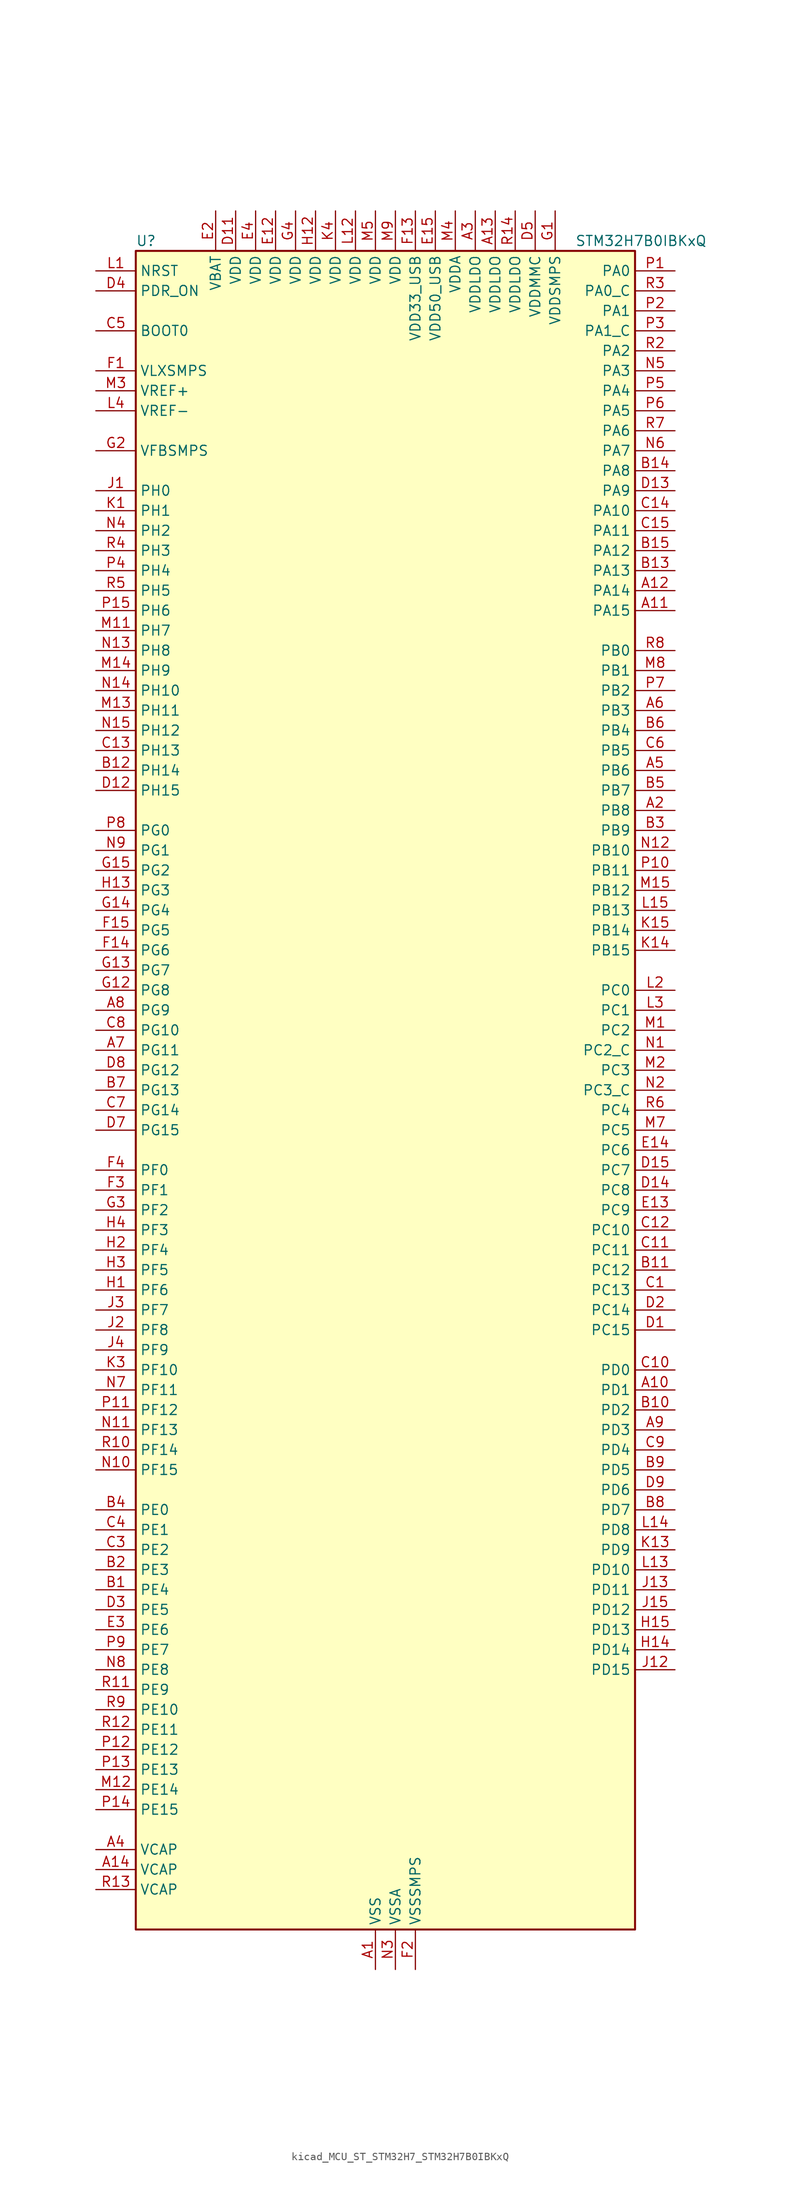
<source format=kicad_sym>
(kicad_symbol_lib
  (version 20220914)
  (generator kicad_symbol_editor)
  (symbol "kicad_MCU_ST_STM32H7_STM32H7B0IBKxQ"
    (property "Reference" "U"
      (at -30.48 107.95 0)
      (effects (font (size 1.27 1.27)) (justify left)))
    (property "Value" "STM32H7B0IBKxQ"
      (at 25.4 107.95 0)
      (effects (font (size 1.27 1.27)) (justify left)))
    (property "ki_locked" ""
      (at 0 0 0)
      (effects (font (size 1.27 1.27))))
    (symbol "kicad_MCU_ST_STM32H7_STM32H7B0IBKxQ_0_1"
      (rectangle (start -30.48 -106.68) (end 33.02 106.68) (stroke (width 0.254) (type default)) (fill (type background))))
    (symbol "kicad_MCU_ST_STM32H7_STM32H7B0IBKxQ_1_1"
      (pin power_in line (at 0 -111.76 90) (length 5.08) (name "VSS" (effects (font (size 1.27 1.27)))) (number "A1" (effects (font (size 1.27 1.27)))))
      (pin bidirectional line (at 38.1 -38.1 180) (length 5.08) (name "PD1" (effects (font (size 1.27 1.27)))) (number "A10" (effects (font (size 1.27 1.27)))) (alternate "DFSDM1_DATIN6" bidirectional line) (alternate "FDCAN1_TX" bidirectional line) (alternate "FMC_D3" bidirectional line) (alternate "FMC_DA3" bidirectional line) (alternate "UART4_TX" bidirectional line))
      (pin bidirectional line (at 38.1 60.96 180) (length 5.08) (name "PA15" (effects (font (size 1.27 1.27)))) (number "A11" (effects (font (size 1.27 1.27)))) (alternate "ADC1_EXTI15" bidirectional line) (alternate "ADC2_EXTI15" bidirectional line) (alternate "CEC" bidirectional line) (alternate "DEBUG_JTDI" bidirectional line) (alternate "I2S1_WS" bidirectional line) (alternate "I2S3_WS" bidirectional line) (alternate "I2S6_WS" bidirectional line) (alternate "LTDC_B6" bidirectional line) (alternate "LTDC_R3" bidirectional line) (alternate "SPI1_NSS" bidirectional line) (alternate "SPI3_NSS" bidirectional line) (alternate "SPI6_NSS" bidirectional line) (alternate "TIM2_CH1" bidirectional line) (alternate "TIM2_ETR" bidirectional line) (alternate "UART4_DE" bidirectional line) (alternate "UART4_RTS" bidirectional line) (alternate "UART7_TX" bidirectional line))
      (pin bidirectional line (at 38.1 63.5 180) (length 5.08) (name "PA14" (effects (font (size 1.27 1.27)))) (number "A12" (effects (font (size 1.27 1.27)))) (alternate "DEBUG_JTCK-SWCLK" bidirectional line))
      (pin power_in line (at 15.24 111.76 270) (length 5.08) (name "VDDLDO" (effects (font (size 1.27 1.27)))) (number "A13" (effects (font (size 1.27 1.27)))))
      (pin power_out line (at -35.56 -99.06 0) (length 5.08) (name "VCAP" (effects (font (size 1.27 1.27)))) (number "A14" (effects (font (size 1.27 1.27)))))
      (pin passive line (at 0 -111.76 90) (length 5.08) hide (name "VSS" (effects (font (size 1.27 1.27)))) (number "A15" (effects (font (size 1.27 1.27)))))
      (pin bidirectional line (at 38.1 35.56 180) (length 5.08) (name "PB8" (effects (font (size 1.27 1.27)))) (number "A2" (effects (font (size 1.27 1.27)))) (alternate "DCMI_D6" bidirectional line) (alternate "DFSDM1_CKIN7" bidirectional line) (alternate "FDCAN1_RX" bidirectional line) (alternate "I2C1_SCL" bidirectional line) (alternate "I2C4_SCL" bidirectional line) (alternate "LTDC_B6" bidirectional line) (alternate "PSSI_D6" bidirectional line) (alternate "SDMMC1_CKIN" bidirectional line) (alternate "SDMMC1_D4" bidirectional line) (alternate "SDMMC2_D4" bidirectional line) (alternate "TIM16_CH1" bidirectional line) (alternate "TIM4_CH3" bidirectional line) (alternate "UART4_RX" bidirectional line))
      (pin power_in line (at 12.7 111.76 270) (length 5.08) (name "VDDLDO" (effects (font (size 1.27 1.27)))) (number "A3" (effects (font (size 1.27 1.27)))))
      (pin power_out line (at -35.56 -96.52 0) (length 5.08) (name "VCAP" (effects (font (size 1.27 1.27)))) (number "A4" (effects (font (size 1.27 1.27)))))
      (pin bidirectional line (at 38.1 40.64 180) (length 5.08) (name "PB6" (effects (font (size 1.27 1.27)))) (number "A5" (effects (font (size 1.27 1.27)))) (alternate "CEC" bidirectional line) (alternate "DCMI_D5" bidirectional line) (alternate "DFSDM1_DATIN5" bidirectional line) (alternate "FDCAN2_TX" bidirectional line) (alternate "FMC_SDNE1" bidirectional line) (alternate "I2C1_SCL" bidirectional line) (alternate "I2C4_SCL" bidirectional line) (alternate "LPUART1_TX" bidirectional line) (alternate "OCTOSPIM_P1_NCS" bidirectional line) (alternate "PSSI_D5" bidirectional line) (alternate "TIM16_CH1N" bidirectional line) (alternate "TIM4_CH1" bidirectional line) (alternate "UART5_TX" bidirectional line) (alternate "USART1_TX" bidirectional line))
      (pin bidirectional line (at 38.1 48.26 180) (length 5.08) (name "PB3" (effects (font (size 1.27 1.27)))) (number "A6" (effects (font (size 1.27 1.27)))) (alternate "CRS_SYNC" bidirectional line) (alternate "DEBUG_JTDO-SWO" bidirectional line) (alternate "I2S1_CK" bidirectional line) (alternate "I2S3_CK" bidirectional line) (alternate "I2S6_CK" bidirectional line) (alternate "SDMMC2_D2" bidirectional line) (alternate "SPI1_SCK" bidirectional line) (alternate "SPI3_SCK" bidirectional line) (alternate "SPI6_SCK" bidirectional line) (alternate "TIM2_CH2" bidirectional line) (alternate "UART7_RX" bidirectional line))
      (pin bidirectional line (at -35.56 5.08 0) (length 5.08) (name "PG11" (effects (font (size 1.27 1.27)))) (number "A7" (effects (font (size 1.27 1.27)))) (alternate "ADC1_EXTI11" bidirectional line) (alternate "ADC2_EXTI11" bidirectional line) (alternate "DCMI_D3" bidirectional line) (alternate "I2S1_CK" bidirectional line) (alternate "LPTIM1_IN2" bidirectional line) (alternate "LTDC_B3" bidirectional line) (alternate "OCTOSPIM_P2_IO7" bidirectional line) (alternate "PSSI_D3" bidirectional line) (alternate "SDMMC2_D2" bidirectional line) (alternate "SPDIFRX_IN0" bidirectional line) (alternate "SPI1_SCK" bidirectional line) (alternate "USART10_RX" bidirectional line))
      (pin bidirectional line (at -35.56 10.16 0) (length 5.08) (name "PG9" (effects (font (size 1.27 1.27)))) (number "A8" (effects (font (size 1.27 1.27)))) (alternate "DAC1_EXTI9" bidirectional line) (alternate "DCMI_VSYNC" bidirectional line) (alternate "FMC_NCE" bidirectional line) (alternate "FMC_NE2" bidirectional line) (alternate "I2S1_SDI" bidirectional line) (alternate "OCTOSPIM_P1_IO6" bidirectional line) (alternate "PSSI_RDY" bidirectional line) (alternate "SAI2_FS_B" bidirectional line) (alternate "SDMMC2_D0" bidirectional line) (alternate "SPDIFRX_IN3" bidirectional line) (alternate "SPI1_MISO" bidirectional line) (alternate "USART6_RX" bidirectional line))
      (pin bidirectional line (at 38.1 -43.18 180) (length 5.08) (name "PD3" (effects (font (size 1.27 1.27)))) (number "A9" (effects (font (size 1.27 1.27)))) (alternate "DCMI_D5" bidirectional line) (alternate "DFSDM1_CKOUT" bidirectional line) (alternate "FMC_CLK" bidirectional line) (alternate "I2S2_CK" bidirectional line) (alternate "LTDC_G7" bidirectional line) (alternate "PSSI_D5" bidirectional line) (alternate "SPI2_SCK" bidirectional line) (alternate "USART2_CTS" bidirectional line) (alternate "USART2_NSS" bidirectional line))
      (pin bidirectional line (at -35.56 -63.5 0) (length 5.08) (name "PE4" (effects (font (size 1.27 1.27)))) (number "B1" (effects (font (size 1.27 1.27)))) (alternate "DCMI_D4" bidirectional line) (alternate "DEBUG_TRACED1" bidirectional line) (alternate "DFSDM1_DATIN3" bidirectional line) (alternate "FMC_A20" bidirectional line) (alternate "LTDC_B0" bidirectional line) (alternate "PSSI_D4" bidirectional line) (alternate "SAI1_D2" bidirectional line) (alternate "SAI1_FS_A" bidirectional line) (alternate "SPI4_NSS" bidirectional line) (alternate "TIM15_CH1N" bidirectional line))
      (pin bidirectional line (at 38.1 -40.64 180) (length 5.08) (name "PD2" (effects (font (size 1.27 1.27)))) (number "B10" (effects (font (size 1.27 1.27)))) (alternate "DCMI_D11" bidirectional line) (alternate "DEBUG_TRACED2" bidirectional line) (alternate "LTDC_B2" bidirectional line) (alternate "LTDC_B7" bidirectional line) (alternate "PSSI_D11" bidirectional line) (alternate "SDMMC1_CMD" bidirectional line) (alternate "TIM15_BKIN" bidirectional line) (alternate "TIM3_ETR" bidirectional line) (alternate "UART5_RX" bidirectional line))
      (pin bidirectional line (at 38.1 -22.86 180) (length 5.08) (name "PC12" (effects (font (size 1.27 1.27)))) (number "B11" (effects (font (size 1.27 1.27)))) (alternate "DCMI_D9" bidirectional line) (alternate "DEBUG_TRACED3" bidirectional line) (alternate "DFSDM2_CKOUT" bidirectional line) (alternate "I2S3_SDO" bidirectional line) (alternate "I2S6_CK" bidirectional line) (alternate "LTDC_R6" bidirectional line) (alternate "PSSI_D9" bidirectional line) (alternate "SDMMC1_CK" bidirectional line) (alternate "SPI3_MOSI" bidirectional line) (alternate "SPI6_SCK" bidirectional line) (alternate "TIM15_CH1" bidirectional line) (alternate "UART5_TX" bidirectional line) (alternate "USART3_CK" bidirectional line))
      (pin bidirectional line (at -35.56 40.64 0) (length 5.08) (name "PH14" (effects (font (size 1.27 1.27)))) (number "B12" (effects (font (size 1.27 1.27)))) (alternate "DCMI_D4" bidirectional line) (alternate "FDCAN1_RX" bidirectional line) (alternate "FMC_D22" bidirectional line) (alternate "LTDC_G3" bidirectional line) (alternate "PSSI_D4" bidirectional line) (alternate "TIM8_CH2N" bidirectional line) (alternate "UART4_RX" bidirectional line))
      (pin bidirectional line (at 38.1 66.04 180) (length 5.08) (name "PA13" (effects (font (size 1.27 1.27)))) (number "B13" (effects (font (size 1.27 1.27)))) (alternate "DEBUG_JTMS-SWDIO" bidirectional line))
      (pin bidirectional line (at 38.1 78.74 180) (length 5.08) (name "PA8" (effects (font (size 1.27 1.27)))) (number "B14" (effects (font (size 1.27 1.27)))) (alternate "I2C3_SCL" bidirectional line) (alternate "LTDC_B3" bidirectional line) (alternate "LTDC_R6" bidirectional line) (alternate "RCC_MCO_1" bidirectional line) (alternate "TIM1_CH1" bidirectional line) (alternate "TIM8_BKIN2" bidirectional line) (alternate "TIM8_BKIN2_COMP1" bidirectional line) (alternate "TIM8_BKIN2_COMP2" bidirectional line) (alternate "UART7_RX" bidirectional line) (alternate "USART1_CK" bidirectional line) (alternate "USB_OTG_HS_SOF" bidirectional line))
      (pin bidirectional line (at 38.1 68.58 180) (length 5.08) (name "PA12" (effects (font (size 1.27 1.27)))) (number "B15" (effects (font (size 1.27 1.27)))) (alternate "FDCAN1_TX" bidirectional line) (alternate "I2S2_CK" bidirectional line) (alternate "LPUART1_DE" bidirectional line) (alternate "LPUART1_RTS" bidirectional line) (alternate "LTDC_R5" bidirectional line) (alternate "SAI2_FS_B" bidirectional line) (alternate "SPI2_SCK" bidirectional line) (alternate "TIM1_ETR" bidirectional line) (alternate "UART4_TX" bidirectional line) (alternate "USART1_DE" bidirectional line) (alternate "USART1_RTS" bidirectional line) (alternate "USB_OTG_HS_DP" bidirectional line))
      (pin bidirectional line (at -35.56 -60.96 0) (length 5.08) (name "PE3" (effects (font (size 1.27 1.27)))) (number "B2" (effects (font (size 1.27 1.27)))) (alternate "DEBUG_TRACED0" bidirectional line) (alternate "FMC_A19" bidirectional line) (alternate "SAI1_SD_B" bidirectional line) (alternate "TIM15_BKIN" bidirectional line) (alternate "USART10_TX" bidirectional line))
      (pin bidirectional line (at 38.1 33.02 180) (length 5.08) (name "PB9" (effects (font (size 1.27 1.27)))) (number "B3" (effects (font (size 1.27 1.27)))) (alternate "DAC1_EXTI9" bidirectional line) (alternate "DCMI_D7" bidirectional line) (alternate "DFSDM1_DATIN7" bidirectional line) (alternate "FDCAN1_TX" bidirectional line) (alternate "I2C1_SDA" bidirectional line) (alternate "I2C4_SDA" bidirectional line) (alternate "I2C4_SMBA" bidirectional line) (alternate "I2S2_WS" bidirectional line) (alternate "LTDC_B7" bidirectional line) (alternate "PSSI_D7" bidirectional line) (alternate "SDMMC1_CDIR" bidirectional line) (alternate "SDMMC1_D5" bidirectional line) (alternate "SDMMC2_D5" bidirectional line) (alternate "SPI2_NSS" bidirectional line) (alternate "TIM17_CH1" bidirectional line) (alternate "TIM4_CH4" bidirectional line) (alternate "UART4_TX" bidirectional line))
      (pin bidirectional line (at -35.56 -53.34 0) (length 5.08) (name "PE0" (effects (font (size 1.27 1.27)))) (number "B4" (effects (font (size 1.27 1.27)))) (alternate "DCMI_D2" bidirectional line) (alternate "FMC_NBL0" bidirectional line) (alternate "LPTIM1_ETR" bidirectional line) (alternate "LPTIM2_ETR" bidirectional line) (alternate "LTDC_R0" bidirectional line) (alternate "PSSI_D2" bidirectional line) (alternate "SAI2_MCLK_A" bidirectional line) (alternate "TIM4_ETR" bidirectional line) (alternate "UART8_RX" bidirectional line))
      (pin bidirectional line (at 38.1 38.1 180) (length 5.08) (name "PB7" (effects (font (size 1.27 1.27)))) (number "B5" (effects (font (size 1.27 1.27)))) (alternate "DCMI_VSYNC" bidirectional line) (alternate "DFSDM1_CKIN5" bidirectional line) (alternate "FMC_NL" bidirectional line) (alternate "I2C1_SDA" bidirectional line) (alternate "I2C4_SDA" bidirectional line) (alternate "LPUART1_RX" bidirectional line) (alternate "PSSI_RDY" bidirectional line) (alternate "PWR_PVD_IN" bidirectional line) (alternate "TIM17_CH1N" bidirectional line) (alternate "TIM4_CH2" bidirectional line) (alternate "USART1_RX" bidirectional line))
      (pin bidirectional line (at 38.1 45.72 180) (length 5.08) (name "PB4" (effects (font (size 1.27 1.27)))) (number "B6" (effects (font (size 1.27 1.27)))) (alternate "DEBUG_JTRST" bidirectional line) (alternate "I2S1_SDI" bidirectional line) (alternate "I2S2_WS" bidirectional line) (alternate "I2S3_SDI" bidirectional line) (alternate "I2S6_SDI" bidirectional line) (alternate "SDMMC2_D3" bidirectional line) (alternate "SPI1_MISO" bidirectional line) (alternate "SPI2_NSS" bidirectional line) (alternate "SPI3_MISO" bidirectional line) (alternate "SPI6_MISO" bidirectional line) (alternate "TIM16_BKIN" bidirectional line) (alternate "TIM3_CH1" bidirectional line) (alternate "UART7_TX" bidirectional line))
      (pin bidirectional line (at -35.56 0 0) (length 5.08) (name "PG13" (effects (font (size 1.27 1.27)))) (number "B7" (effects (font (size 1.27 1.27)))) (alternate "DEBUG_TRACED0" bidirectional line) (alternate "FMC_A24" bidirectional line) (alternate "I2S6_CK" bidirectional line) (alternate "LPTIM1_OUT" bidirectional line) (alternate "LTDC_R0" bidirectional line) (alternate "SDMMC2_D6" bidirectional line) (alternate "SPI6_SCK" bidirectional line) (alternate "USART10_CTS" bidirectional line) (alternate "USART10_NSS" bidirectional line) (alternate "USART6_CTS" bidirectional line) (alternate "USART6_NSS" bidirectional line))
      (pin bidirectional line (at 38.1 -53.34 180) (length 5.08) (name "PD7" (effects (font (size 1.27 1.27)))) (number "B8" (effects (font (size 1.27 1.27)))) (alternate "DFSDM1_CKIN1" bidirectional line) (alternate "DFSDM1_DATIN4" bidirectional line) (alternate "FMC_NE1" bidirectional line) (alternate "I2S1_SDO" bidirectional line) (alternate "OCTOSPIM_P1_IO7" bidirectional line) (alternate "SDMMC2_CMD" bidirectional line) (alternate "SPDIFRX_IN0" bidirectional line) (alternate "SPI1_MOSI" bidirectional line) (alternate "USART2_CK" bidirectional line))
      (pin bidirectional line (at 38.1 -48.26 180) (length 5.08) (name "PD5" (effects (font (size 1.27 1.27)))) (number "B9" (effects (font (size 1.27 1.27)))) (alternate "FMC_NWE" bidirectional line) (alternate "OCTOSPIM_P1_IO5" bidirectional line) (alternate "USART2_TX" bidirectional line))
      (pin bidirectional line (at 38.1 -25.4 180) (length 5.08) (name "PC13" (effects (font (size 1.27 1.27)))) (number "C1" (effects (font (size 1.27 1.27)))) (alternate "PWR_WKUP4" bidirectional line) (alternate "RTC_OUT_ALARM" bidirectional line) (alternate "RTC_OUT_CALIB" bidirectional line) (alternate "RTC_TAMP1" bidirectional line) (alternate "RTC_TS" bidirectional line))
      (pin bidirectional line (at 38.1 -35.56 180) (length 5.08) (name "PD0" (effects (font (size 1.27 1.27)))) (number "C10" (effects (font (size 1.27 1.27)))) (alternate "DFSDM1_CKIN6" bidirectional line) (alternate "FDCAN1_RX" bidirectional line) (alternate "FMC_D2" bidirectional line) (alternate "FMC_DA2" bidirectional line) (alternate "LTDC_B1" bidirectional line) (alternate "UART4_RX" bidirectional line) (alternate "UART9_CTS" bidirectional line))
      (pin bidirectional line (at 38.1 -20.32 180) (length 5.08) (name "PC11" (effects (font (size 1.27 1.27)))) (number "C11" (effects (font (size 1.27 1.27)))) (alternate "ADC1_EXTI11" bidirectional line) (alternate "ADC2_EXTI11" bidirectional line) (alternate "DCMI_D4" bidirectional line) (alternate "DFSDM1_DATIN5" bidirectional line) (alternate "DFSDM2_DATIN0" bidirectional line) (alternate "I2S3_SDI" bidirectional line) (alternate "LTDC_B4" bidirectional line) (alternate "OCTOSPIM_P1_NCS" bidirectional line) (alternate "PSSI_D4" bidirectional line) (alternate "SDMMC1_D3" bidirectional line) (alternate "SPI3_MISO" bidirectional line) (alternate "UART4_RX" bidirectional line) (alternate "USART3_RX" bidirectional line))
      (pin bidirectional line (at 38.1 -17.78 180) (length 5.08) (name "PC10" (effects (font (size 1.27 1.27)))) (number "C12" (effects (font (size 1.27 1.27)))) (alternate "DCMI_D8" bidirectional line) (alternate "DFSDM1_CKIN5" bidirectional line) (alternate "DFSDM2_CKIN0" bidirectional line) (alternate "I2S3_CK" bidirectional line) (alternate "LTDC_B1" bidirectional line) (alternate "LTDC_R2" bidirectional line) (alternate "OCTOSPIM_P1_IO1" bidirectional line) (alternate "PSSI_D8" bidirectional line) (alternate "SDMMC1_D2" bidirectional line) (alternate "SPI3_SCK" bidirectional line) (alternate "SWPMI1_RX" bidirectional line) (alternate "UART4_TX" bidirectional line) (alternate "USART3_TX" bidirectional line))
      (pin bidirectional line (at -35.56 43.18 0) (length 5.08) (name "PH13" (effects (font (size 1.27 1.27)))) (number "C13" (effects (font (size 1.27 1.27)))) (alternate "FDCAN1_TX" bidirectional line) (alternate "FMC_D21" bidirectional line) (alternate "LTDC_G2" bidirectional line) (alternate "TIM8_CH1N" bidirectional line) (alternate "UART4_TX" bidirectional line))
      (pin bidirectional line (at 38.1 73.66 180) (length 5.08) (name "PA10" (effects (font (size 1.27 1.27)))) (number "C14" (effects (font (size 1.27 1.27)))) (alternate "DCMI_D1" bidirectional line) (alternate "LPUART1_RX" bidirectional line) (alternate "LTDC_B1" bidirectional line) (alternate "LTDC_B4" bidirectional line) (alternate "MDIOS_MDIO" bidirectional line) (alternate "PSSI_D1" bidirectional line) (alternate "TIM1_CH3" bidirectional line) (alternate "USART1_RX" bidirectional line) (alternate "USB_OTG_HS_ID" bidirectional line))
      (pin bidirectional line (at 38.1 71.12 180) (length 5.08) (name "PA11" (effects (font (size 1.27 1.27)))) (number "C15" (effects (font (size 1.27 1.27)))) (alternate "ADC1_EXTI11" bidirectional line) (alternate "ADC2_EXTI11" bidirectional line) (alternate "FDCAN1_RX" bidirectional line) (alternate "I2S2_WS" bidirectional line) (alternate "LPUART1_CTS" bidirectional line) (alternate "LTDC_R4" bidirectional line) (alternate "SPI2_NSS" bidirectional line) (alternate "TIM1_CH4" bidirectional line) (alternate "UART4_RX" bidirectional line) (alternate "USART1_CTS" bidirectional line) (alternate "USART1_NSS" bidirectional line) (alternate "USB_OTG_HS_DM" bidirectional line))
      (pin passive line (at 0 -111.76 90) (length 5.08) hide (name "VSS" (effects (font (size 1.27 1.27)))) (number "C2" (effects (font (size 1.27 1.27)))))
      (pin bidirectional line (at -35.56 -58.42 0) (length 5.08) (name "PE2" (effects (font (size 1.27 1.27)))) (number "C3" (effects (font (size 1.27 1.27)))) (alternate "DEBUG_TRACECLK" bidirectional line) (alternate "FMC_A23" bidirectional line) (alternate "OCTOSPIM_P1_IO2" bidirectional line) (alternate "SAI1_CK1" bidirectional line) (alternate "SAI1_MCLK_A" bidirectional line) (alternate "SPI4_SCK" bidirectional line) (alternate "USART10_RX" bidirectional line))
      (pin bidirectional line (at -35.56 -55.88 0) (length 5.08) (name "PE1" (effects (font (size 1.27 1.27)))) (number "C4" (effects (font (size 1.27 1.27)))) (alternate "DCMI_D3" bidirectional line) (alternate "FMC_NBL1" bidirectional line) (alternate "LPTIM1_IN2" bidirectional line) (alternate "LTDC_R6" bidirectional line) (alternate "PSSI_D3" bidirectional line) (alternate "UART8_TX" bidirectional line))
      (pin input line (at -35.56 96.52 0) (length 5.08) (name "BOOT0" (effects (font (size 1.27 1.27)))) (number "C5" (effects (font (size 1.27 1.27)))))
      (pin bidirectional line (at 38.1 43.18 180) (length 5.08) (name "PB5" (effects (font (size 1.27 1.27)))) (number "C6" (effects (font (size 1.27 1.27)))) (alternate "DCMI_D10" bidirectional line) (alternate "FDCAN2_RX" bidirectional line) (alternate "FMC_SDCKE1" bidirectional line) (alternate "I2C1_SMBA" bidirectional line) (alternate "I2C4_SMBA" bidirectional line) (alternate "I2S1_SDO" bidirectional line) (alternate "I2S3_SDO" bidirectional line) (alternate "I2S6_SDO" bidirectional line) (alternate "LTDC_B5" bidirectional line) (alternate "PSSI_D10" bidirectional line) (alternate "SPI1_MOSI" bidirectional line) (alternate "SPI3_MOSI" bidirectional line) (alternate "SPI6_MOSI" bidirectional line) (alternate "TIM17_BKIN" bidirectional line) (alternate "TIM3_CH2" bidirectional line) (alternate "UART5_RX" bidirectional line) (alternate "USB_OTG_HS_ULPI_D7" bidirectional line))
      (pin bidirectional line (at -35.56 -2.54 0) (length 5.08) (name "PG14" (effects (font (size 1.27 1.27)))) (number "C7" (effects (font (size 1.27 1.27)))) (alternate "DEBUG_TRACED1" bidirectional line) (alternate "FMC_A25" bidirectional line) (alternate "I2S6_SDO" bidirectional line) (alternate "LPTIM1_ETR" bidirectional line) (alternate "LTDC_B0" bidirectional line) (alternate "OCTOSPIM_P1_IO7" bidirectional line) (alternate "SDMMC2_D7" bidirectional line) (alternate "SPI6_MOSI" bidirectional line) (alternate "USART10_DE" bidirectional line) (alternate "USART10_RTS" bidirectional line) (alternate "USART6_TX" bidirectional line))
      (pin bidirectional line (at -35.56 7.62 0) (length 5.08) (name "PG10" (effects (font (size 1.27 1.27)))) (number "C8" (effects (font (size 1.27 1.27)))) (alternate "DCMI_D2" bidirectional line) (alternate "FMC_NE3" bidirectional line) (alternate "I2S1_WS" bidirectional line) (alternate "LTDC_B2" bidirectional line) (alternate "LTDC_G3" bidirectional line) (alternate "OCTOSPIM_P2_IO6" bidirectional line) (alternate "PSSI_D2" bidirectional line) (alternate "SAI2_SD_B" bidirectional line) (alternate "SDMMC2_D1" bidirectional line) (alternate "SPI1_NSS" bidirectional line))
      (pin bidirectional line (at 38.1 -45.72 180) (length 5.08) (name "PD4" (effects (font (size 1.27 1.27)))) (number "C9" (effects (font (size 1.27 1.27)))) (alternate "FMC_NOE" bidirectional line) (alternate "OCTOSPIM_P1_IO4" bidirectional line) (alternate "USART2_DE" bidirectional line) (alternate "USART2_RTS" bidirectional line))
      (pin bidirectional line (at 38.1 -30.48 180) (length 5.08) (name "PC15" (effects (font (size 1.27 1.27)))) (number "D1" (effects (font (size 1.27 1.27)))) (alternate "ADC1_EXTI15" bidirectional line) (alternate "ADC2_EXTI15" bidirectional line) (alternate "RCC_OSC32_OUT" bidirectional line))
      (pin passive line (at 0 -111.76 90) (length 5.08) hide (name "VSS" (effects (font (size 1.27 1.27)))) (number "D10" (effects (font (size 1.27 1.27)))))
      (pin power_in line (at -17.78 111.76 270) (length 5.08) (name "VDD" (effects (font (size 1.27 1.27)))) (number "D11" (effects (font (size 1.27 1.27)))))
      (pin bidirectional line (at -35.56 38.1 0) (length 5.08) (name "PH15" (effects (font (size 1.27 1.27)))) (number "D12" (effects (font (size 1.27 1.27)))) (alternate "ADC1_EXTI15" bidirectional line) (alternate "ADC2_EXTI15" bidirectional line) (alternate "DCMI_D11" bidirectional line) (alternate "FMC_D23" bidirectional line) (alternate "LTDC_G4" bidirectional line) (alternate "PSSI_D11" bidirectional line) (alternate "TIM8_CH3N" bidirectional line))
      (pin bidirectional line (at 38.1 76.2 180) (length 5.08) (name "PA9" (effects (font (size 1.27 1.27)))) (number "D13" (effects (font (size 1.27 1.27)))) (alternate "DAC1_EXTI9" bidirectional line) (alternate "DCMI_D0" bidirectional line) (alternate "I2C3_SMBA" bidirectional line) (alternate "I2S2_CK" bidirectional line) (alternate "LPUART1_TX" bidirectional line) (alternate "LTDC_R5" bidirectional line) (alternate "PSSI_D0" bidirectional line) (alternate "SPI2_SCK" bidirectional line) (alternate "TIM1_CH2" bidirectional line) (alternate "USART1_TX" bidirectional line) (alternate "USB_OTG_HS_VBUS" bidirectional line))
      (pin bidirectional line (at 38.1 -12.7 180) (length 5.08) (name "PC8" (effects (font (size 1.27 1.27)))) (number "D14" (effects (font (size 1.27 1.27)))) (alternate "DCMI_D2" bidirectional line) (alternate "DEBUG_TRACED1" bidirectional line) (alternate "FMC_INT" bidirectional line) (alternate "FMC_NCE" bidirectional line) (alternate "FMC_NE2" bidirectional line) (alternate "PSSI_D2" bidirectional line) (alternate "SDMMC1_D0" bidirectional line) (alternate "SWPMI1_RX" bidirectional line) (alternate "TIM3_CH3" bidirectional line) (alternate "TIM8_CH3" bidirectional line) (alternate "UART5_DE" bidirectional line) (alternate "UART5_RTS" bidirectional line) (alternate "USART6_CK" bidirectional line))
      (pin bidirectional line (at 38.1 -10.16 180) (length 5.08) (name "PC7" (effects (font (size 1.27 1.27)))) (number "D15" (effects (font (size 1.27 1.27)))) (alternate "DCMI_D1" bidirectional line) (alternate "DEBUG_TRGIO" bidirectional line) (alternate "DFSDM1_DATIN3" bidirectional line) (alternate "FMC_NE1" bidirectional line) (alternate "I2S3_MCK" bidirectional line) (alternate "LTDC_G6" bidirectional line) (alternate "PSSI_D1" bidirectional line) (alternate "SDMMC1_D123DIR" bidirectional line) (alternate "SDMMC1_D7" bidirectional line) (alternate "SDMMC2_D7" bidirectional line) (alternate "SWPMI1_TX" bidirectional line) (alternate "TIM3_CH2" bidirectional line) (alternate "TIM8_CH2" bidirectional line) (alternate "USART6_RX" bidirectional line))
      (pin bidirectional line (at 38.1 -27.94 180) (length 5.08) (name "PC14" (effects (font (size 1.27 1.27)))) (number "D2" (effects (font (size 1.27 1.27)))) (alternate "RCC_OSC32_IN" bidirectional line))
      (pin bidirectional line (at -35.56 -66.04 0) (length 5.08) (name "PE5" (effects (font (size 1.27 1.27)))) (number "D3" (effects (font (size 1.27 1.27)))) (alternate "DCMI_D6" bidirectional line) (alternate "DEBUG_TRACED2" bidirectional line) (alternate "DFSDM1_CKIN3" bidirectional line) (alternate "FMC_A21" bidirectional line) (alternate "LTDC_G0" bidirectional line) (alternate "PSSI_D6" bidirectional line) (alternate "SAI1_CK2" bidirectional line) (alternate "SAI1_SCK_A" bidirectional line) (alternate "SPI4_MISO" bidirectional line) (alternate "TIM15_CH1" bidirectional line))
      (pin input line (at -35.56 101.6 0) (length 5.08) (name "PDR_ON" (effects (font (size 1.27 1.27)))) (number "D4" (effects (font (size 1.27 1.27)))))
      (pin power_in line (at 20.32 111.76 270) (length 5.08) (name "VDDMMC" (effects (font (size 1.27 1.27)))) (number "D5" (effects (font (size 1.27 1.27)))))
      (pin passive line (at 0 -111.76 90) (length 5.08) hide (name "VSS" (effects (font (size 1.27 1.27)))) (number "D6" (effects (font (size 1.27 1.27)))))
      (pin bidirectional line (at -35.56 -5.08 0) (length 5.08) (name "PG15" (effects (font (size 1.27 1.27)))) (number "D7" (effects (font (size 1.27 1.27)))) (alternate "ADC1_EXTI15" bidirectional line) (alternate "ADC2_EXTI15" bidirectional line) (alternate "DCMI_D13" bidirectional line) (alternate "FMC_SDNCAS" bidirectional line) (alternate "OCTOSPIM_P2_DQS" bidirectional line) (alternate "PSSI_D13" bidirectional line) (alternate "USART10_CK" bidirectional line) (alternate "USART6_CTS" bidirectional line) (alternate "USART6_NSS" bidirectional line))
      (pin bidirectional line (at -35.56 2.54 0) (length 5.08) (name "PG12" (effects (font (size 1.27 1.27)))) (number "D8" (effects (font (size 1.27 1.27)))) (alternate "FMC_NE4" bidirectional line) (alternate "I2S6_SDI" bidirectional line) (alternate "LPTIM1_IN1" bidirectional line) (alternate "LTDC_B1" bidirectional line) (alternate "LTDC_B4" bidirectional line) (alternate "OCTOSPIM_P2_NCS" bidirectional line) (alternate "SDMMC2_D3" bidirectional line) (alternate "SPDIFRX_IN1" bidirectional line) (alternate "SPI6_MISO" bidirectional line) (alternate "USART10_TX" bidirectional line) (alternate "USART6_DE" bidirectional line) (alternate "USART6_RTS" bidirectional line))
      (pin bidirectional line (at 38.1 -50.8 180) (length 5.08) (name "PD6" (effects (font (size 1.27 1.27)))) (number "D9" (effects (font (size 1.27 1.27)))) (alternate "DCMI_D10" bidirectional line) (alternate "DFSDM1_CKIN4" bidirectional line) (alternate "DFSDM1_DATIN1" bidirectional line) (alternate "FMC_NWAIT" bidirectional line) (alternate "I2S3_SDO" bidirectional line) (alternate "LTDC_B2" bidirectional line) (alternate "OCTOSPIM_P1_IO6" bidirectional line) (alternate "PSSI_D10" bidirectional line) (alternate "SAI1_D1" bidirectional line) (alternate "SAI1_SD_A" bidirectional line) (alternate "SDMMC2_CK" bidirectional line) (alternate "SPI3_MOSI" bidirectional line) (alternate "USART2_RX" bidirectional line))
      (pin passive line (at 0 -111.76 90) (length 5.08) hide (name "VSS" (effects (font (size 1.27 1.27)))) (number "E1" (effects (font (size 1.27 1.27)))))
      (pin power_in line (at -12.7 111.76 270) (length 5.08) (name "VDD" (effects (font (size 1.27 1.27)))) (number "E12" (effects (font (size 1.27 1.27)))))
      (pin bidirectional line (at 38.1 -15.24 180) (length 5.08) (name "PC9" (effects (font (size 1.27 1.27)))) (number "E13" (effects (font (size 1.27 1.27)))) (alternate "DAC1_EXTI9" bidirectional line) (alternate "DCMI_D3" bidirectional line) (alternate "I2C3_SDA" bidirectional line) (alternate "I2S_CKIN" bidirectional line) (alternate "LTDC_B2" bidirectional line) (alternate "LTDC_G3" bidirectional line) (alternate "OCTOSPIM_P1_IO0" bidirectional line) (alternate "PSSI_D3" bidirectional line) (alternate "RCC_MCO_2" bidirectional line) (alternate "SDMMC1_D1" bidirectional line) (alternate "SWPMI1_SUSPEND" bidirectional line) (alternate "TIM3_CH4" bidirectional line) (alternate "TIM8_CH4" bidirectional line) (alternate "UART5_CTS" bidirectional line))
      (pin bidirectional line (at 38.1 -7.62 180) (length 5.08) (name "PC6" (effects (font (size 1.27 1.27)))) (number "E14" (effects (font (size 1.27 1.27)))) (alternate "DCMI_D0" bidirectional line) (alternate "DFSDM1_CKIN3" bidirectional line) (alternate "FMC_NWAIT" bidirectional line) (alternate "I2S2_MCK" bidirectional line) (alternate "LTDC_HSYNC" bidirectional line) (alternate "PSSI_D0" bidirectional line) (alternate "SDMMC1_D0DIR" bidirectional line) (alternate "SDMMC1_D6" bidirectional line) (alternate "SDMMC2_D6" bidirectional line) (alternate "SWPMI1_IO" bidirectional line) (alternate "TIM3_CH1" bidirectional line) (alternate "TIM8_CH1" bidirectional line) (alternate "USART6_TX" bidirectional line))
      (pin power_in line (at 7.62 111.76 270) (length 5.08) (name "VDD50_USB" (effects (font (size 1.27 1.27)))) (number "E15" (effects (font (size 1.27 1.27)))))
      (pin power_in line (at -20.32 111.76 270) (length 5.08) (name "VBAT" (effects (font (size 1.27 1.27)))) (number "E2" (effects (font (size 1.27 1.27)))))
      (pin bidirectional line (at -35.56 -68.58 0) (length 5.08) (name "PE6" (effects (font (size 1.27 1.27)))) (number "E3" (effects (font (size 1.27 1.27)))) (alternate "DCMI_D7" bidirectional line) (alternate "DEBUG_TRACED3" bidirectional line) (alternate "FMC_A22" bidirectional line) (alternate "LTDC_G1" bidirectional line) (alternate "PSSI_D7" bidirectional line) (alternate "SAI1_D1" bidirectional line) (alternate "SAI1_SD_A" bidirectional line) (alternate "SAI2_MCLK_B" bidirectional line) (alternate "SPI4_MOSI" bidirectional line) (alternate "TIM15_CH2" bidirectional line) (alternate "TIM1_BKIN2" bidirectional line) (alternate "TIM1_BKIN2_COMP1" bidirectional line) (alternate "TIM1_BKIN2_COMP2" bidirectional line))
      (pin power_in line (at -15.24 111.76 270) (length 5.08) (name "VDD" (effects (font (size 1.27 1.27)))) (number "E4" (effects (font (size 1.27 1.27)))))
      (pin power_in line (at -35.56 91.44 0) (length 5.08) (name "VLXSMPS" (effects (font (size 1.27 1.27)))) (number "F1" (effects (font (size 1.27 1.27)))))
      (pin passive line (at 0 -111.76 90) (length 5.08) hide (name "VSS" (effects (font (size 1.27 1.27)))) (number "F10" (effects (font (size 1.27 1.27)))))
      (pin passive line (at 0 -111.76 90) (length 5.08) hide (name "VSS" (effects (font (size 1.27 1.27)))) (number "F12" (effects (font (size 1.27 1.27)))))
      (pin power_in line (at 5.08 111.76 270) (length 5.08) (name "VDD33_USB" (effects (font (size 1.27 1.27)))) (number "F13" (effects (font (size 1.27 1.27)))))
      (pin bidirectional line (at -35.56 17.78 0) (length 5.08) (name "PG6" (effects (font (size 1.27 1.27)))) (number "F14" (effects (font (size 1.27 1.27)))) (alternate "DCMI_D12" bidirectional line) (alternate "FMC_NE3" bidirectional line) (alternate "LTDC_R7" bidirectional line) (alternate "OCTOSPIM_P1_NCS" bidirectional line) (alternate "PSSI_D12" bidirectional line) (alternate "TIM17_BKIN" bidirectional line))
      (pin bidirectional line (at -35.56 20.32 0) (length 5.08) (name "PG5" (effects (font (size 1.27 1.27)))) (number "F15" (effects (font (size 1.27 1.27)))) (alternate "FMC_A15" bidirectional line) (alternate "FMC_BA1" bidirectional line) (alternate "TIM1_ETR" bidirectional line))
      (pin power_in line (at 5.08 -111.76 90) (length 5.08) (name "VSSSMPS" (effects (font (size 1.27 1.27)))) (number "F2" (effects (font (size 1.27 1.27)))))
      (pin bidirectional line (at -35.56 -12.7 0) (length 5.08) (name "PF1" (effects (font (size 1.27 1.27)))) (number "F3" (effects (font (size 1.27 1.27)))) (alternate "FMC_A1" bidirectional line) (alternate "I2C2_SCL" bidirectional line) (alternate "OCTOSPIM_P2_IO1" bidirectional line))
      (pin bidirectional line (at -35.56 -10.16 0) (length 5.08) (name "PF0" (effects (font (size 1.27 1.27)))) (number "F4" (effects (font (size 1.27 1.27)))) (alternate "FMC_A0" bidirectional line) (alternate "I2C2_SDA" bidirectional line) (alternate "OCTOSPIM_P2_IO0" bidirectional line))
      (pin passive line (at 0 -111.76 90) (length 5.08) hide (name "VSS" (effects (font (size 1.27 1.27)))) (number "F6" (effects (font (size 1.27 1.27)))))
      (pin passive line (at 0 -111.76 90) (length 5.08) hide (name "VSS" (effects (font (size 1.27 1.27)))) (number "F7" (effects (font (size 1.27 1.27)))))
      (pin passive line (at 0 -111.76 90) (length 5.08) hide (name "VSS" (effects (font (size 1.27 1.27)))) (number "F8" (effects (font (size 1.27 1.27)))))
      (pin passive line (at 0 -111.76 90) (length 5.08) hide (name "VSS" (effects (font (size 1.27 1.27)))) (number "F9" (effects (font (size 1.27 1.27)))))
      (pin power_in line (at 22.86 111.76 270) (length 5.08) (name "VDDSMPS" (effects (font (size 1.27 1.27)))) (number "G1" (effects (font (size 1.27 1.27)))))
      (pin passive line (at 0 -111.76 90) (length 5.08) hide (name "VSS" (effects (font (size 1.27 1.27)))) (number "G10" (effects (font (size 1.27 1.27)))))
      (pin bidirectional line (at -35.56 12.7 0) (length 5.08) (name "PG8" (effects (font (size 1.27 1.27)))) (number "G12" (effects (font (size 1.27 1.27)))) (alternate "FMC_SDCLK" bidirectional line) (alternate "I2S6_WS" bidirectional line) (alternate "LTDC_G7" bidirectional line) (alternate "SPDIFRX_IN2" bidirectional line) (alternate "SPI6_NSS" bidirectional line) (alternate "TIM8_ETR" bidirectional line) (alternate "USART6_DE" bidirectional line) (alternate "USART6_RTS" bidirectional line))
      (pin bidirectional line (at -35.56 15.24 0) (length 5.08) (name "PG7" (effects (font (size 1.27 1.27)))) (number "G13" (effects (font (size 1.27 1.27)))) (alternate "DCMI_D13" bidirectional line) (alternate "FMC_INT" bidirectional line) (alternate "LTDC_CLK" bidirectional line) (alternate "OCTOSPIM_P2_DQS" bidirectional line) (alternate "PSSI_D13" bidirectional line) (alternate "SAI1_MCLK_A" bidirectional line) (alternate "USART6_CK" bidirectional line))
      (pin bidirectional line (at -35.56 22.86 0) (length 5.08) (name "PG4" (effects (font (size 1.27 1.27)))) (number "G14" (effects (font (size 1.27 1.27)))) (alternate "FMC_A14" bidirectional line) (alternate "FMC_BA0" bidirectional line) (alternate "TIM1_BKIN2" bidirectional line) (alternate "TIM1_BKIN2_COMP1" bidirectional line) (alternate "TIM1_BKIN2_COMP2" bidirectional line))
      (pin bidirectional line (at -35.56 27.94 0) (length 5.08) (name "PG2" (effects (font (size 1.27 1.27)))) (number "G15" (effects (font (size 1.27 1.27)))) (alternate "FMC_A12" bidirectional line) (alternate "TIM8_BKIN" bidirectional line) (alternate "TIM8_BKIN_COMP1" bidirectional line) (alternate "TIM8_BKIN_COMP2" bidirectional line))
      (pin input line (at -35.56 81.28 0) (length 5.08) (name "VFBSMPS" (effects (font (size 1.27 1.27)))) (number "G2" (effects (font (size 1.27 1.27)))))
      (pin bidirectional line (at -35.56 -15.24 0) (length 5.08) (name "PF2" (effects (font (size 1.27 1.27)))) (number "G3" (effects (font (size 1.27 1.27)))) (alternate "FMC_A2" bidirectional line) (alternate "I2C2_SMBA" bidirectional line) (alternate "OCTOSPIM_P2_IO2" bidirectional line))
      (pin power_in line (at -10.16 111.76 270) (length 5.08) (name "VDD" (effects (font (size 1.27 1.27)))) (number "G4" (effects (font (size 1.27 1.27)))))
      (pin passive line (at 0 -111.76 90) (length 5.08) hide (name "VSS" (effects (font (size 1.27 1.27)))) (number "G6" (effects (font (size 1.27 1.27)))))
      (pin passive line (at 0 -111.76 90) (length 5.08) hide (name "VSS" (effects (font (size 1.27 1.27)))) (number "G7" (effects (font (size 1.27 1.27)))))
      (pin passive line (at 0 -111.76 90) (length 5.08) hide (name "VSS" (effects (font (size 1.27 1.27)))) (number "G8" (effects (font (size 1.27 1.27)))))
      (pin passive line (at 0 -111.76 90) (length 5.08) hide (name "VSS" (effects (font (size 1.27 1.27)))) (number "G9" (effects (font (size 1.27 1.27)))))
      (pin bidirectional line (at -35.56 -25.4 0) (length 5.08) (name "PF6" (effects (font (size 1.27 1.27)))) (number "H1" (effects (font (size 1.27 1.27)))) (alternate "OCTOSPIM_P1_IO3" bidirectional line) (alternate "SAI1_SD_B" bidirectional line) (alternate "SPI5_NSS" bidirectional line) (alternate "TIM16_CH1" bidirectional line) (alternate "UART7_RX" bidirectional line))
      (pin passive line (at 0 -111.76 90) (length 5.08) hide (name "VSS" (effects (font (size 1.27 1.27)))) (number "H10" (effects (font (size 1.27 1.27)))))
      (pin power_in line (at -7.62 111.76 270) (length 5.08) (name "VDD" (effects (font (size 1.27 1.27)))) (number "H12" (effects (font (size 1.27 1.27)))))
      (pin bidirectional line (at -35.56 25.4 0) (length 5.08) (name "PG3" (effects (font (size 1.27 1.27)))) (number "H13" (effects (font (size 1.27 1.27)))) (alternate "FMC_A13" bidirectional line) (alternate "TIM8_BKIN2" bidirectional line) (alternate "TIM8_BKIN2_COMP1" bidirectional line) (alternate "TIM8_BKIN2_COMP2" bidirectional line))
      (pin bidirectional line (at 38.1 -71.12 180) (length 5.08) (name "PD14" (effects (font (size 1.27 1.27)))) (number "H14" (effects (font (size 1.27 1.27)))) (alternate "FMC_D0" bidirectional line) (alternate "FMC_DA0" bidirectional line) (alternate "TIM4_CH3" bidirectional line) (alternate "UART8_CTS" bidirectional line) (alternate "UART9_RX" bidirectional line))
      (pin bidirectional line (at 38.1 -68.58 180) (length 5.08) (name "PD13" (effects (font (size 1.27 1.27)))) (number "H15" (effects (font (size 1.27 1.27)))) (alternate "DCMI_D13" bidirectional line) (alternate "FMC_A18" bidirectional line) (alternate "I2C4_SDA" bidirectional line) (alternate "LPTIM1_OUT" bidirectional line) (alternate "OCTOSPIM_P1_IO3" bidirectional line) (alternate "PSSI_D13" bidirectional line) (alternate "SAI2_SCK_A" bidirectional line) (alternate "TIM4_CH2" bidirectional line) (alternate "UART9_DE" bidirectional line) (alternate "UART9_RTS" bidirectional line))
      (pin bidirectional line (at -35.56 -20.32 0) (length 5.08) (name "PF4" (effects (font (size 1.27 1.27)))) (number "H2" (effects (font (size 1.27 1.27)))) (alternate "FMC_A4" bidirectional line) (alternate "OCTOSPIM_P2_CLK" bidirectional line))
      (pin bidirectional line (at -35.56 -22.86 0) (length 5.08) (name "PF5" (effects (font (size 1.27 1.27)))) (number "H3" (effects (font (size 1.27 1.27)))) (alternate "FMC_A5" bidirectional line) (alternate "OCTOSPIM_P2_NCLK" bidirectional line))
      (pin bidirectional line (at -35.56 -17.78 0) (length 5.08) (name "PF3" (effects (font (size 1.27 1.27)))) (number "H4" (effects (font (size 1.27 1.27)))) (alternate "FMC_A3" bidirectional line) (alternate "OCTOSPIM_P2_IO3" bidirectional line))
      (pin passive line (at 0 -111.76 90) (length 5.08) hide (name "VSS" (effects (font (size 1.27 1.27)))) (number "H6" (effects (font (size 1.27 1.27)))))
      (pin passive line (at 0 -111.76 90) (length 5.08) hide (name "VSS" (effects (font (size 1.27 1.27)))) (number "H7" (effects (font (size 1.27 1.27)))))
      (pin passive line (at 0 -111.76 90) (length 5.08) hide (name "VSS" (effects (font (size 1.27 1.27)))) (number "H8" (effects (font (size 1.27 1.27)))))
      (pin passive line (at 0 -111.76 90) (length 5.08) hide (name "VSS" (effects (font (size 1.27 1.27)))) (number "H9" (effects (font (size 1.27 1.27)))))
      (pin bidirectional line (at -35.56 76.2 0) (length 5.08) (name "PH0" (effects (font (size 1.27 1.27)))) (number "J1" (effects (font (size 1.27 1.27)))) (alternate "RCC_OSC_IN" bidirectional line))
      (pin passive line (at 0 -111.76 90) (length 5.08) hide (name "VSS" (effects (font (size 1.27 1.27)))) (number "J10" (effects (font (size 1.27 1.27)))))
      (pin bidirectional line (at 38.1 -73.66 180) (length 5.08) (name "PD15" (effects (font (size 1.27 1.27)))) (number "J12" (effects (font (size 1.27 1.27)))) (alternate "ADC1_EXTI15" bidirectional line) (alternate "ADC2_EXTI15" bidirectional line) (alternate "FMC_D1" bidirectional line) (alternate "FMC_DA1" bidirectional line) (alternate "TIM4_CH4" bidirectional line) (alternate "UART8_DE" bidirectional line) (alternate "UART8_RTS" bidirectional line) (alternate "UART9_TX" bidirectional line))
      (pin bidirectional line (at 38.1 -63.5 180) (length 5.08) (name "PD11" (effects (font (size 1.27 1.27)))) (number "J13" (effects (font (size 1.27 1.27)))) (alternate "ADC1_EXTI11" bidirectional line) (alternate "ADC2_EXTI11" bidirectional line) (alternate "FMC_A16" bidirectional line) (alternate "FMC_CLE" bidirectional line) (alternate "I2C4_SMBA" bidirectional line) (alternate "LPTIM2_IN2" bidirectional line) (alternate "OCTOSPIM_P1_IO0" bidirectional line) (alternate "SAI2_SD_A" bidirectional line) (alternate "USART3_CTS" bidirectional line) (alternate "USART3_NSS" bidirectional line))
      (pin passive line (at 0 -111.76 90) (length 5.08) hide (name "VSS" (effects (font (size 1.27 1.27)))) (number "J14" (effects (font (size 1.27 1.27)))))
      (pin bidirectional line (at 38.1 -66.04 180) (length 5.08) (name "PD12" (effects (font (size 1.27 1.27)))) (number "J15" (effects (font (size 1.27 1.27)))) (alternate "DCMI_D12" bidirectional line) (alternate "FMC_A17" bidirectional line) (alternate "FMC_ALE" bidirectional line) (alternate "I2C4_SCL" bidirectional line) (alternate "LPTIM1_IN1" bidirectional line) (alternate "LPTIM2_IN1" bidirectional line) (alternate "OCTOSPIM_P1_IO1" bidirectional line) (alternate "PSSI_D12" bidirectional line) (alternate "SAI2_FS_A" bidirectional line) (alternate "TIM4_CH1" bidirectional line) (alternate "USART3_DE" bidirectional line) (alternate "USART3_RTS" bidirectional line))
      (pin bidirectional line (at -35.56 -30.48 0) (length 5.08) (name "PF8" (effects (font (size 1.27 1.27)))) (number "J2" (effects (font (size 1.27 1.27)))) (alternate "OCTOSPIM_P1_IO0" bidirectional line) (alternate "SAI1_SCK_B" bidirectional line) (alternate "SPI5_MISO" bidirectional line) (alternate "TIM13_CH1" bidirectional line) (alternate "TIM16_CH1N" bidirectional line) (alternate "UART7_DE" bidirectional line) (alternate "UART7_RTS" bidirectional line))
      (pin bidirectional line (at -35.56 -27.94 0) (length 5.08) (name "PF7" (effects (font (size 1.27 1.27)))) (number "J3" (effects (font (size 1.27 1.27)))) (alternate "OCTOSPIM_P1_IO2" bidirectional line) (alternate "SAI1_MCLK_B" bidirectional line) (alternate "SPI5_SCK" bidirectional line) (alternate "TIM17_CH1" bidirectional line) (alternate "UART7_TX" bidirectional line))
      (pin bidirectional line (at -35.56 -33.02 0) (length 5.08) (name "PF9" (effects (font (size 1.27 1.27)))) (number "J4" (effects (font (size 1.27 1.27)))) (alternate "DAC1_EXTI9" bidirectional line) (alternate "OCTOSPIM_P1_IO1" bidirectional line) (alternate "SAI1_FS_B" bidirectional line) (alternate "SPI5_MOSI" bidirectional line) (alternate "TIM14_CH1" bidirectional line) (alternate "TIM17_CH1N" bidirectional line) (alternate "UART7_CTS" bidirectional line))
      (pin passive line (at 0 -111.76 90) (length 5.08) hide (name "VSS" (effects (font (size 1.27 1.27)))) (number "J6" (effects (font (size 1.27 1.27)))))
      (pin passive line (at 0 -111.76 90) (length 5.08) hide (name "VSS" (effects (font (size 1.27 1.27)))) (number "J7" (effects (font (size 1.27 1.27)))))
      (pin passive line (at 0 -111.76 90) (length 5.08) hide (name "VSS" (effects (font (size 1.27 1.27)))) (number "J8" (effects (font (size 1.27 1.27)))))
      (pin passive line (at 0 -111.76 90) (length 5.08) hide (name "VSS" (effects (font (size 1.27 1.27)))) (number "J9" (effects (font (size 1.27 1.27)))))
      (pin bidirectional line (at -35.56 73.66 0) (length 5.08) (name "PH1" (effects (font (size 1.27 1.27)))) (number "K1" (effects (font (size 1.27 1.27)))) (alternate "RCC_OSC_OUT" bidirectional line))
      (pin passive line (at 0 -111.76 90) (length 5.08) hide (name "VSS" (effects (font (size 1.27 1.27)))) (number "K10" (effects (font (size 1.27 1.27)))))
      (pin passive line (at 0 -111.76 90) (length 5.08) hide (name "VSS" (effects (font (size 1.27 1.27)))) (number "K12" (effects (font (size 1.27 1.27)))))
      (pin bidirectional line (at 38.1 -58.42 180) (length 5.08) (name "PD9" (effects (font (size 1.27 1.27)))) (number "K13" (effects (font (size 1.27 1.27)))) (alternate "DAC1_EXTI9" bidirectional line) (alternate "DFSDM1_DATIN3" bidirectional line) (alternate "FMC_D14" bidirectional line) (alternate "FMC_DA14" bidirectional line) (alternate "USART3_RX" bidirectional line))
      (pin bidirectional line (at 38.1 17.78 180) (length 5.08) (name "PB15" (effects (font (size 1.27 1.27)))) (number "K14" (effects (font (size 1.27 1.27)))) (alternate "ADC1_EXTI15" bidirectional line) (alternate "ADC2_EXTI15" bidirectional line) (alternate "DFSDM1_CKIN2" bidirectional line) (alternate "I2S2_SDO" bidirectional line) (alternate "LTDC_G7" bidirectional line) (alternate "RTC_REFIN" bidirectional line) (alternate "SDMMC2_D1" bidirectional line) (alternate "SPI2_MOSI" bidirectional line) (alternate "TIM12_CH2" bidirectional line) (alternate "TIM1_CH3N" bidirectional line) (alternate "TIM8_CH3N" bidirectional line) (alternate "UART4_CTS" bidirectional line) (alternate "USART1_RX" bidirectional line))
      (pin bidirectional line (at 38.1 20.32 180) (length 5.08) (name "PB14" (effects (font (size 1.27 1.27)))) (number "K15" (effects (font (size 1.27 1.27)))) (alternate "DFSDM1_DATIN2" bidirectional line) (alternate "I2S2_SDI" bidirectional line) (alternate "LTDC_CLK" bidirectional line) (alternate "SDMMC2_D0" bidirectional line) (alternate "SPI2_MISO" bidirectional line) (alternate "TIM12_CH1" bidirectional line) (alternate "TIM1_CH2N" bidirectional line) (alternate "TIM8_CH2N" bidirectional line) (alternate "UART4_DE" bidirectional line) (alternate "UART4_RTS" bidirectional line) (alternate "USART1_TX" bidirectional line) (alternate "USART3_DE" bidirectional line) (alternate "USART3_RTS" bidirectional line))
      (pin passive line (at 0 -111.76 90) (length 5.08) hide (name "VSS" (effects (font (size 1.27 1.27)))) (number "K2" (effects (font (size 1.27 1.27)))))
      (pin bidirectional line (at -35.56 -35.56 0) (length 5.08) (name "PF10" (effects (font (size 1.27 1.27)))) (number "K3" (effects (font (size 1.27 1.27)))) (alternate "DCMI_D11" bidirectional line) (alternate "LTDC_DE" bidirectional line) (alternate "OCTOSPIM_P1_CLK" bidirectional line) (alternate "PSSI_D11" bidirectional line) (alternate "PSSI_D15" bidirectional line) (alternate "SAI1_D3" bidirectional line) (alternate "TIM16_BKIN" bidirectional line))
      (pin power_in line (at -5.08 111.76 270) (length 5.08) (name "VDD" (effects (font (size 1.27 1.27)))) (number "K4" (effects (font (size 1.27 1.27)))))
      (pin passive line (at 0 -111.76 90) (length 5.08) hide (name "VSS" (effects (font (size 1.27 1.27)))) (number "K6" (effects (font (size 1.27 1.27)))))
      (pin passive line (at 0 -111.76 90) (length 5.08) hide (name "VSS" (effects (font (size 1.27 1.27)))) (number "K7" (effects (font (size 1.27 1.27)))))
      (pin passive line (at 0 -111.76 90) (length 5.08) hide (name "VSS" (effects (font (size 1.27 1.27)))) (number "K8" (effects (font (size 1.27 1.27)))))
      (pin passive line (at 0 -111.76 90) (length 5.08) hide (name "VSS" (effects (font (size 1.27 1.27)))) (number "K9" (effects (font (size 1.27 1.27)))))
      (pin input line (at -35.56 104.14 0) (length 5.08) (name "NRST" (effects (font (size 1.27 1.27)))) (number "L1" (effects (font (size 1.27 1.27)))))
      (pin power_in line (at -2.54 111.76 270) (length 5.08) (name "VDD" (effects (font (size 1.27 1.27)))) (number "L12" (effects (font (size 1.27 1.27)))))
      (pin bidirectional line (at 38.1 -60.96 180) (length 5.08) (name "PD10" (effects (font (size 1.27 1.27)))) (number "L13" (effects (font (size 1.27 1.27)))) (alternate "DFSDM1_CKOUT" bidirectional line) (alternate "DFSDM2_CKOUT" bidirectional line) (alternate "FMC_D15" bidirectional line) (alternate "FMC_DA15" bidirectional line) (alternate "LTDC_B3" bidirectional line) (alternate "USART3_CK" bidirectional line))
      (pin bidirectional line (at 38.1 -55.88 180) (length 5.08) (name "PD8" (effects (font (size 1.27 1.27)))) (number "L14" (effects (font (size 1.27 1.27)))) (alternate "DFSDM1_CKIN3" bidirectional line) (alternate "FMC_D13" bidirectional line) (alternate "FMC_DA13" bidirectional line) (alternate "SPDIFRX_IN1" bidirectional line) (alternate "USART3_TX" bidirectional line))
      (pin bidirectional line (at 38.1 22.86 180) (length 5.08) (name "PB13" (effects (font (size 1.27 1.27)))) (number "L15" (effects (font (size 1.27 1.27)))) (alternate "DCMI_D2" bidirectional line) (alternate "DFSDM1_CKIN1" bidirectional line) (alternate "DFSDM2_CKIN1" bidirectional line) (alternate "FDCAN2_TX" bidirectional line) (alternate "I2S2_CK" bidirectional line) (alternate "LPTIM2_OUT" bidirectional line) (alternate "PSSI_D2" bidirectional line) (alternate "SDMMC1_D0" bidirectional line) (alternate "SPI2_SCK" bidirectional line) (alternate "TIM1_CH1N" bidirectional line) (alternate "UART5_TX" bidirectional line) (alternate "USART3_CTS" bidirectional line) (alternate "USART3_NSS" bidirectional line) (alternate "USB_OTG_HS_ULPI_D6" bidirectional line))
      (pin bidirectional line (at 38.1 12.7 180) (length 5.08) (name "PC0" (effects (font (size 1.27 1.27)))) (number "L2" (effects (font (size 1.27 1.27)))) (alternate "ADC1_INP10" bidirectional line) (alternate "ADC2_INP10" bidirectional line) (alternate "DFSDM1_CKIN0" bidirectional line) (alternate "DFSDM1_DATIN4" bidirectional line) (alternate "FMC_A25" bidirectional line) (alternate "FMC_SDNWE" bidirectional line) (alternate "LTDC_G2" bidirectional line) (alternate "LTDC_R5" bidirectional line) (alternate "SAI2_FS_B" bidirectional line) (alternate "USB_OTG_HS_ULPI_STP" bidirectional line))
      (pin bidirectional line (at 38.1 10.16 180) (length 5.08) (name "PC1" (effects (font (size 1.27 1.27)))) (number "L3" (effects (font (size 1.27 1.27)))) (alternate "ADC1_INN10" bidirectional line) (alternate "ADC1_INP11" bidirectional line) (alternate "ADC2_INN10" bidirectional line) (alternate "ADC2_INP11" bidirectional line) (alternate "DEBUG_TRACED0" bidirectional line) (alternate "DFSDM1_CKIN4" bidirectional line) (alternate "DFSDM1_DATIN0" bidirectional line) (alternate "I2S2_SDO" bidirectional line) (alternate "LTDC_G5" bidirectional line) (alternate "MDIOS_MDC" bidirectional line) (alternate "OCTOSPIM_P1_IO4" bidirectional line) (alternate "PWR_WKUP6" bidirectional line) (alternate "RTC_TAMP3" bidirectional line) (alternate "SAI1_D1" bidirectional line) (alternate "SAI1_SD_A" bidirectional line) (alternate "SDMMC2_CK" bidirectional line) (alternate "SPI2_MOSI" bidirectional line))
      (pin input line (at -35.56 86.36 0) (length 5.08) (name "VREF-" (effects (font (size 1.27 1.27)))) (number "L4" (effects (font (size 1.27 1.27)))))
      (pin bidirectional line (at 38.1 7.62 180) (length 5.08) (name "PC2" (effects (font (size 1.27 1.27)))) (number "M1" (effects (font (size 1.27 1.27)))) (alternate "ADC1_INN11" bidirectional line) (alternate "ADC1_INP12" bidirectional line) (alternate "ADC2_INN11" bidirectional line) (alternate "ADC2_INP12" bidirectional line) (alternate "DFSDM1_CKIN1" bidirectional line) (alternate "DFSDM1_CKOUT" bidirectional line) (alternate "FMC_SDNE0" bidirectional line) (alternate "I2S2_SDI" bidirectional line) (alternate "OCTOSPIM_P1_IO2" bidirectional line) (alternate "OCTOSPIM_P1_IO5" bidirectional line) (alternate "PWR_CSTOP" bidirectional line) (alternate "SPI2_MISO" bidirectional line) (alternate "USB_OTG_HS_ULPI_DIR" bidirectional line))
      (pin passive line (at 0 -111.76 90) (length 5.08) hide (name "VSS" (effects (font (size 1.27 1.27)))) (number "M10" (effects (font (size 1.27 1.27)))))
      (pin bidirectional line (at -35.56 58.42 0) (length 5.08) (name "PH7" (effects (font (size 1.27 1.27)))) (number "M11" (effects (font (size 1.27 1.27)))) (alternate "DCMI_D9" bidirectional line) (alternate "FMC_SDCKE1" bidirectional line) (alternate "I2C3_SCL" bidirectional line) (alternate "PSSI_D9" bidirectional line) (alternate "SPI5_MISO" bidirectional line))
      (pin bidirectional line (at -35.56 -88.9 0) (length 5.08) (name "PE14" (effects (font (size 1.27 1.27)))) (number "M12" (effects (font (size 1.27 1.27)))) (alternate "FMC_D11" bidirectional line) (alternate "FMC_DA11" bidirectional line) (alternate "LTDC_CLK" bidirectional line) (alternate "SAI2_MCLK_B" bidirectional line) (alternate "SPI4_MOSI" bidirectional line) (alternate "TIM1_CH4" bidirectional line))
      (pin bidirectional line (at -35.56 48.26 0) (length 5.08) (name "PH11" (effects (font (size 1.27 1.27)))) (number "M13" (effects (font (size 1.27 1.27)))) (alternate "ADC1_EXTI11" bidirectional line) (alternate "ADC2_EXTI11" bidirectional line) (alternate "DCMI_D2" bidirectional line) (alternate "FMC_D19" bidirectional line) (alternate "I2C4_SCL" bidirectional line) (alternate "LTDC_R5" bidirectional line) (alternate "PSSI_D2" bidirectional line) (alternate "TIM5_CH2" bidirectional line))
      (pin bidirectional line (at -35.56 53.34 0) (length 5.08) (name "PH9" (effects (font (size 1.27 1.27)))) (number "M14" (effects (font (size 1.27 1.27)))) (alternate "DAC1_EXTI9" bidirectional line) (alternate "DCMI_D0" bidirectional line) (alternate "FMC_D17" bidirectional line) (alternate "I2C3_SMBA" bidirectional line) (alternate "LTDC_R3" bidirectional line) (alternate "PSSI_D0" bidirectional line) (alternate "TIM12_CH2" bidirectional line))
      (pin bidirectional line (at 38.1 25.4 180) (length 5.08) (name "PB12" (effects (font (size 1.27 1.27)))) (number "M15" (effects (font (size 1.27 1.27)))) (alternate "DFSDM1_DATIN1" bidirectional line) (alternate "DFSDM2_DATIN1" bidirectional line) (alternate "FDCAN2_RX" bidirectional line) (alternate "I2C2_SMBA" bidirectional line) (alternate "I2S2_WS" bidirectional line) (alternate "OCTOSPIM_P1_NCLK" bidirectional line) (alternate "SPI2_NSS" bidirectional line) (alternate "TIM1_BKIN" bidirectional line) (alternate "TIM1_BKIN_COMP1" bidirectional line) (alternate "TIM1_BKIN_COMP2" bidirectional line) (alternate "UART5_RX" bidirectional line) (alternate "USART3_CK" bidirectional line) (alternate "USB_OTG_HS_ULPI_D5" bidirectional line))
      (pin bidirectional line (at 38.1 2.54 180) (length 5.08) (name "PC3" (effects (font (size 1.27 1.27)))) (number "M2" (effects (font (size 1.27 1.27)))) (alternate "ADC1_INN12" bidirectional line) (alternate "ADC1_INP13" bidirectional line) (alternate "ADC2_INN12" bidirectional line) (alternate "ADC2_INP13" bidirectional line) (alternate "DFSDM1_DATIN1" bidirectional line) (alternate "FMC_SDCKE0" bidirectional line) (alternate "I2S2_SDO" bidirectional line) (alternate "OCTOSPIM_P1_IO0" bidirectional line) (alternate "OCTOSPIM_P1_IO6" bidirectional line) (alternate "PWR_CSLEEP" bidirectional line) (alternate "SPI2_MOSI" bidirectional line) (alternate "USB_OTG_HS_ULPI_NXT" bidirectional line))
      (pin input line (at -35.56 88.9 0) (length 5.08) (name "VREF+" (effects (font (size 1.27 1.27)))) (number "M3" (effects (font (size 1.27 1.27)))) (alternate "VREFBUF_OUT" bidirectional line))
      (pin power_in line (at 10.16 111.76 270) (length 5.08) (name "VDDA" (effects (font (size 1.27 1.27)))) (number "M4" (effects (font (size 1.27 1.27)))))
      (pin power_in line (at 0 111.76 270) (length 5.08) (name "VDD" (effects (font (size 1.27 1.27)))) (number "M5" (effects (font (size 1.27 1.27)))))
      (pin passive line (at 0 -111.76 90) (length 5.08) hide (name "VSS" (effects (font (size 1.27 1.27)))) (number "M6" (effects (font (size 1.27 1.27)))))
      (pin bidirectional line (at 38.1 -5.08 180) (length 5.08) (name "PC5" (effects (font (size 1.27 1.27)))) (number "M7" (effects (font (size 1.27 1.27)))) (alternate "ADC1_INN4" bidirectional line) (alternate "ADC1_INP8" bidirectional line) (alternate "ADC2_INN4" bidirectional line) (alternate "ADC2_INP8" bidirectional line) (alternate "COMP1_OUT" bidirectional line) (alternate "DFSDM1_DATIN2" bidirectional line) (alternate "FMC_SDCKE0" bidirectional line) (alternate "LTDC_DE" bidirectional line) (alternate "OCTOSPIM_P1_DQS" bidirectional line) (alternate "OPAMP1_VINM" bidirectional line) (alternate "PSSI_D15" bidirectional line) (alternate "SAI1_D3" bidirectional line) (alternate "SPDIFRX_IN3" bidirectional line))
      (pin bidirectional line (at 38.1 53.34 180) (length 5.08) (name "PB1" (effects (font (size 1.27 1.27)))) (number "M8" (effects (font (size 1.27 1.27)))) (alternate "ADC1_INP5" bidirectional line) (alternate "ADC2_INP5" bidirectional line) (alternate "COMP1_INM" bidirectional line) (alternate "DFSDM1_DATIN1" bidirectional line) (alternate "LTDC_G0" bidirectional line) (alternate "LTDC_R6" bidirectional line) (alternate "OCTOSPIM_P1_IO0" bidirectional line) (alternate "TIM1_CH3N" bidirectional line) (alternate "TIM3_CH4" bidirectional line) (alternate "TIM8_CH3N" bidirectional line) (alternate "USB_OTG_HS_ULPI_D2" bidirectional line))
      (pin power_in line (at 2.54 111.76 270) (length 5.08) (name "VDD" (effects (font (size 1.27 1.27)))) (number "M9" (effects (font (size 1.27 1.27)))))
      (pin bidirectional line (at 38.1 5.08 180) (length 5.08) (name "PC2_C" (effects (font (size 1.27 1.27)))) (number "N1" (effects (font (size 1.27 1.27)))) (alternate "ADC2_INN1" bidirectional line) (alternate "ADC2_INP0" bidirectional line) (alternate "DFSDM1_CKIN1" bidirectional line) (alternate "DFSDM1_CKOUT" bidirectional line) (alternate "FMC_SDNE0" bidirectional line) (alternate "I2S2_SDI" bidirectional line) (alternate "OCTOSPIM_P1_IO2" bidirectional line) (alternate "OCTOSPIM_P1_IO5" bidirectional line) (alternate "PWR_CSTOP" bidirectional line) (alternate "SPI2_MISO" bidirectional line) (alternate "USB_OTG_HS_ULPI_DIR" bidirectional line))
      (pin bidirectional line (at -35.56 -48.26 0) (length 5.08) (name "PF15" (effects (font (size 1.27 1.27)))) (number "N10" (effects (font (size 1.27 1.27)))) (alternate "ADC1_EXTI15" bidirectional line) (alternate "ADC2_EXTI15" bidirectional line) (alternate "FMC_A9" bidirectional line) (alternate "I2C4_SDA" bidirectional line))
      (pin bidirectional line (at -35.56 -43.18 0) (length 5.08) (name "PF13" (effects (font (size 1.27 1.27)))) (number "N11" (effects (font (size 1.27 1.27)))) (alternate "ADC2_INP2" bidirectional line) (alternate "DFSDM1_DATIN6" bidirectional line) (alternate "FMC_A7" bidirectional line) (alternate "I2C4_SMBA" bidirectional line))
      (pin bidirectional line (at 38.1 30.48 180) (length 5.08) (name "PB10" (effects (font (size 1.27 1.27)))) (number "N12" (effects (font (size 1.27 1.27)))) (alternate "DFSDM1_DATIN7" bidirectional line) (alternate "I2C2_SCL" bidirectional line) (alternate "I2S2_CK" bidirectional line) (alternate "LPTIM2_IN1" bidirectional line) (alternate "LTDC_G4" bidirectional line) (alternate "OCTOSPIM_P1_NCS" bidirectional line) (alternate "SPI2_SCK" bidirectional line) (alternate "TIM2_CH3" bidirectional line) (alternate "USART3_TX" bidirectional line) (alternate "USB_OTG_HS_ULPI_D3" bidirectional line))
      (pin bidirectional line (at -35.56 55.88 0) (length 5.08) (name "PH8" (effects (font (size 1.27 1.27)))) (number "N13" (effects (font (size 1.27 1.27)))) (alternate "DCMI_HSYNC" bidirectional line) (alternate "FMC_D16" bidirectional line) (alternate "I2C3_SDA" bidirectional line) (alternate "LTDC_R2" bidirectional line) (alternate "PSSI_DE" bidirectional line) (alternate "TIM5_ETR" bidirectional line))
      (pin bidirectional line (at -35.56 50.8 0) (length 5.08) (name "PH10" (effects (font (size 1.27 1.27)))) (number "N14" (effects (font (size 1.27 1.27)))) (alternate "DCMI_D1" bidirectional line) (alternate "FMC_D18" bidirectional line) (alternate "I2C4_SMBA" bidirectional line) (alternate "LTDC_R4" bidirectional line) (alternate "PSSI_D1" bidirectional line) (alternate "TIM5_CH1" bidirectional line))
      (pin bidirectional line (at -35.56 45.72 0) (length 5.08) (name "PH12" (effects (font (size 1.27 1.27)))) (number "N15" (effects (font (size 1.27 1.27)))) (alternate "DCMI_D3" bidirectional line) (alternate "FMC_D20" bidirectional line) (alternate "I2C4_SDA" bidirectional line) (alternate "LTDC_R6" bidirectional line) (alternate "PSSI_D3" bidirectional line) (alternate "TIM5_CH3" bidirectional line))
      (pin bidirectional line (at 38.1 0 180) (length 5.08) (name "PC3_C" (effects (font (size 1.27 1.27)))) (number "N2" (effects (font (size 1.27 1.27)))) (alternate "ADC2_INP1" bidirectional line) (alternate "DFSDM1_DATIN1" bidirectional line) (alternate "FMC_SDCKE0" bidirectional line) (alternate "I2S2_SDO" bidirectional line) (alternate "OCTOSPIM_P1_IO0" bidirectional line) (alternate "OCTOSPIM_P1_IO6" bidirectional line) (alternate "PWR_CSLEEP" bidirectional line) (alternate "SPI2_MOSI" bidirectional line) (alternate "USB_OTG_HS_ULPI_NXT" bidirectional line))
      (pin power_in line (at 2.54 -111.76 90) (length 5.08) (name "VSSA" (effects (font (size 1.27 1.27)))) (number "N3" (effects (font (size 1.27 1.27)))))
      (pin bidirectional line (at -35.56 71.12 0) (length 5.08) (name "PH2" (effects (font (size 1.27 1.27)))) (number "N4" (effects (font (size 1.27 1.27)))) (alternate "FMC_SDCKE0" bidirectional line) (alternate "LPTIM1_IN2" bidirectional line) (alternate "LTDC_R0" bidirectional line) (alternate "OCTOSPIM_P1_IO4" bidirectional line) (alternate "SAI2_SCK_B" bidirectional line))
      (pin bidirectional line (at 38.1 91.44 180) (length 5.08) (name "PA3" (effects (font (size 1.27 1.27)))) (number "N5" (effects (font (size 1.27 1.27)))) (alternate "ADC1_INP15" bidirectional line) (alternate "I2S6_MCK" bidirectional line) (alternate "LTDC_B2" bidirectional line) (alternate "LTDC_B5" bidirectional line) (alternate "OCTOSPIM_P1_CLK" bidirectional line) (alternate "TIM15_CH2" bidirectional line) (alternate "TIM2_CH4" bidirectional line) (alternate "TIM5_CH4" bidirectional line) (alternate "USART2_RX" bidirectional line) (alternate "USB_OTG_HS_ULPI_D0" bidirectional line))
      (pin bidirectional line (at 38.1 81.28 180) (length 5.08) (name "PA7" (effects (font (size 1.27 1.27)))) (number "N6" (effects (font (size 1.27 1.27)))) (alternate "ADC1_INN3" bidirectional line) (alternate "ADC1_INP7" bidirectional line) (alternate "ADC2_INN3" bidirectional line) (alternate "ADC2_INP7" bidirectional line) (alternate "DFSDM2_DATIN1" bidirectional line) (alternate "FMC_SDNWE" bidirectional line) (alternate "I2S1_SDO" bidirectional line) (alternate "I2S6_SDO" bidirectional line) (alternate "LTDC_VSYNC" bidirectional line) (alternate "OCTOSPIM_P1_IO2" bidirectional line) (alternate "OPAMP1_VINM" bidirectional line) (alternate "SPI1_MOSI" bidirectional line) (alternate "SPI6_MOSI" bidirectional line) (alternate "TIM14_CH1" bidirectional line) (alternate "TIM1_CH1N" bidirectional line) (alternate "TIM3_CH2" bidirectional line) (alternate "TIM8_CH1N" bidirectional line))
      (pin bidirectional line (at -35.56 -38.1 0) (length 5.08) (name "PF11" (effects (font (size 1.27 1.27)))) (number "N7" (effects (font (size 1.27 1.27)))) (alternate "ADC1_EXTI11" bidirectional line) (alternate "ADC1_INP2" bidirectional line) (alternate "ADC2_EXTI11" bidirectional line) (alternate "DCMI_D12" bidirectional line) (alternate "FMC_SDNRAS" bidirectional line) (alternate "OCTOSPIM_P1_NCLK" bidirectional line) (alternate "PSSI_D12" bidirectional line) (alternate "SAI2_SD_B" bidirectional line) (alternate "SPI5_MOSI" bidirectional line))
      (pin bidirectional line (at -35.56 -73.66 0) (length 5.08) (name "PE8" (effects (font (size 1.27 1.27)))) (number "N8" (effects (font (size 1.27 1.27)))) (alternate "COMP2_OUT" bidirectional line) (alternate "DFSDM1_CKIN2" bidirectional line) (alternate "FMC_D5" bidirectional line) (alternate "FMC_DA5" bidirectional line) (alternate "OCTOSPIM_P1_IO5" bidirectional line) (alternate "OPAMP2_VINM" bidirectional line) (alternate "TIM1_CH1N" bidirectional line) (alternate "UART7_TX" bidirectional line))
      (pin bidirectional line (at -35.56 30.48 0) (length 5.08) (name "PG1" (effects (font (size 1.27 1.27)))) (number "N9" (effects (font (size 1.27 1.27)))) (alternate "FMC_A11" bidirectional line) (alternate "OCTOSPIM_P2_IO5" bidirectional line) (alternate "OPAMP2_VINM" bidirectional line) (alternate "UART9_TX" bidirectional line))
      (pin bidirectional line (at 38.1 104.14 180) (length 5.08) (name "PA0" (effects (font (size 1.27 1.27)))) (number "P1" (effects (font (size 1.27 1.27)))) (alternate "ADC1_INP16" bidirectional line) (alternate "I2S6_WS" bidirectional line) (alternate "PWR_WKUP1" bidirectional line) (alternate "SAI2_SD_B" bidirectional line) (alternate "SDMMC2_CMD" bidirectional line) (alternate "SPI6_NSS" bidirectional line) (alternate "TIM15_BKIN" bidirectional line) (alternate "TIM2_CH1" bidirectional line) (alternate "TIM2_ETR" bidirectional line) (alternate "TIM5_CH1" bidirectional line) (alternate "TIM8_ETR" bidirectional line) (alternate "UART4_TX" bidirectional line) (alternate "USART2_CTS" bidirectional line) (alternate "USART2_NSS" bidirectional line))
      (pin bidirectional line (at 38.1 27.94 180) (length 5.08) (name "PB11" (effects (font (size 1.27 1.27)))) (number "P10" (effects (font (size 1.27 1.27)))) (alternate "ADC1_EXTI11" bidirectional line) (alternate "ADC2_EXTI11" bidirectional line) (alternate "DFSDM1_CKIN7" bidirectional line) (alternate "I2C2_SDA" bidirectional line) (alternate "LPTIM2_ETR" bidirectional line) (alternate "LTDC_G5" bidirectional line) (alternate "TIM2_CH4" bidirectional line) (alternate "USART3_RX" bidirectional line) (alternate "USB_OTG_HS_ULPI_D4" bidirectional line))
      (pin bidirectional line (at -35.56 -40.64 0) (length 5.08) (name "PF12" (effects (font (size 1.27 1.27)))) (number "P11" (effects (font (size 1.27 1.27)))) (alternate "ADC1_INN2" bidirectional line) (alternate "ADC1_INP6" bidirectional line) (alternate "FMC_A6" bidirectional line) (alternate "OCTOSPIM_P2_DQS" bidirectional line))
      (pin bidirectional line (at -35.56 -83.82 0) (length 5.08) (name "PE12" (effects (font (size 1.27 1.27)))) (number "P12" (effects (font (size 1.27 1.27)))) (alternate "COMP1_OUT" bidirectional line) (alternate "DFSDM1_DATIN5" bidirectional line) (alternate "FMC_D9" bidirectional line) (alternate "FMC_DA9" bidirectional line) (alternate "LTDC_B4" bidirectional line) (alternate "SAI2_SCK_B" bidirectional line) (alternate "SPI4_SCK" bidirectional line) (alternate "TIM1_CH3N" bidirectional line))
      (pin bidirectional line (at -35.56 -86.36 0) (length 5.08) (name "PE13" (effects (font (size 1.27 1.27)))) (number "P13" (effects (font (size 1.27 1.27)))) (alternate "COMP2_OUT" bidirectional line) (alternate "DFSDM1_CKIN5" bidirectional line) (alternate "FMC_D10" bidirectional line) (alternate "FMC_DA10" bidirectional line) (alternate "LTDC_DE" bidirectional line) (alternate "SAI2_FS_B" bidirectional line) (alternate "SPI4_MISO" bidirectional line) (alternate "TIM1_CH3" bidirectional line))
      (pin bidirectional line (at -35.56 -91.44 0) (length 5.08) (name "PE15" (effects (font (size 1.27 1.27)))) (number "P14" (effects (font (size 1.27 1.27)))) (alternate "ADC1_EXTI15" bidirectional line) (alternate "ADC2_EXTI15" bidirectional line) (alternate "FMC_D12" bidirectional line) (alternate "FMC_DA12" bidirectional line) (alternate "LTDC_R7" bidirectional line) (alternate "TIM1_BKIN" bidirectional line) (alternate "TIM1_BKIN_COMP1" bidirectional line) (alternate "TIM1_BKIN_COMP2" bidirectional line) (alternate "USART10_CK" bidirectional line))
      (pin bidirectional line (at -35.56 60.96 0) (length 5.08) (name "PH6" (effects (font (size 1.27 1.27)))) (number "P15" (effects (font (size 1.27 1.27)))) (alternate "DCMI_D8" bidirectional line) (alternate "FMC_SDNE1" bidirectional line) (alternate "I2C2_SMBA" bidirectional line) (alternate "PSSI_D8" bidirectional line) (alternate "SPI5_SCK" bidirectional line) (alternate "TIM12_CH1" bidirectional line))
      (pin bidirectional line (at 38.1 99.06 180) (length 5.08) (name "PA1" (effects (font (size 1.27 1.27)))) (number "P2" (effects (font (size 1.27 1.27)))) (alternate "ADC1_INN16" bidirectional line) (alternate "ADC1_INP17" bidirectional line) (alternate "LPTIM3_OUT" bidirectional line) (alternate "LTDC_R2" bidirectional line) (alternate "OCTOSPIM_P1_DQS" bidirectional line) (alternate "OCTOSPIM_P1_IO3" bidirectional line) (alternate "SAI2_MCLK_B" bidirectional line) (alternate "TIM15_CH1N" bidirectional line) (alternate "TIM2_CH2" bidirectional line) (alternate "TIM5_CH2" bidirectional line) (alternate "UART4_RX" bidirectional line) (alternate "USART2_DE" bidirectional line) (alternate "USART2_RTS" bidirectional line))
      (pin bidirectional line (at 38.1 96.52 180) (length 5.08) (name "PA1_C" (effects (font (size 1.27 1.27)))) (number "P3" (effects (font (size 1.27 1.27)))) (alternate "ADC1_INP1" bidirectional line) (alternate "LPTIM3_OUT" bidirectional line) (alternate "LTDC_R2" bidirectional line) (alternate "OCTOSPIM_P1_DQS" bidirectional line) (alternate "OCTOSPIM_P1_IO3" bidirectional line) (alternate "SAI2_MCLK_B" bidirectional line) (alternate "TIM15_CH1N" bidirectional line) (alternate "TIM2_CH2" bidirectional line) (alternate "TIM5_CH2" bidirectional line) (alternate "UART4_RX" bidirectional line) (alternate "USART2_DE" bidirectional line) (alternate "USART2_RTS" bidirectional line))
      (pin bidirectional line (at -35.56 66.04 0) (length 5.08) (name "PH4" (effects (font (size 1.27 1.27)))) (number "P4" (effects (font (size 1.27 1.27)))) (alternate "I2C2_SCL" bidirectional line) (alternate "LTDC_G4" bidirectional line) (alternate "LTDC_G5" bidirectional line) (alternate "PSSI_D14" bidirectional line) (alternate "USB_OTG_HS_ULPI_NXT" bidirectional line))
      (pin bidirectional line (at 38.1 88.9 180) (length 5.08) (name "PA4" (effects (font (size 1.27 1.27)))) (number "P5" (effects (font (size 1.27 1.27)))) (alternate "ADC1_INP18" bidirectional line) (alternate "DAC1_OUT1" bidirectional line) (alternate "DCMI_HSYNC" bidirectional line) (alternate "I2S1_WS" bidirectional line) (alternate "I2S3_WS" bidirectional line) (alternate "I2S6_WS" bidirectional line) (alternate "LTDC_VSYNC" bidirectional line) (alternate "PSSI_DE" bidirectional line) (alternate "SPI1_NSS" bidirectional line) (alternate "SPI3_NSS" bidirectional line) (alternate "SPI6_NSS" bidirectional line) (alternate "TIM5_ETR" bidirectional line) (alternate "USART2_CK" bidirectional line))
      (pin bidirectional line (at 38.1 86.36 180) (length 5.08) (name "PA5" (effects (font (size 1.27 1.27)))) (number "P6" (effects (font (size 1.27 1.27)))) (alternate "ADC1_INN18" bidirectional line) (alternate "ADC1_INP19" bidirectional line) (alternate "DAC1_OUT2" bidirectional line) (alternate "I2S1_CK" bidirectional line) (alternate "I2S6_CK" bidirectional line) (alternate "LTDC_R4" bidirectional line) (alternate "PSSI_D14" bidirectional line) (alternate "PWR_NDSTOP2" bidirectional line) (alternate "SPI1_SCK" bidirectional line) (alternate "SPI6_SCK" bidirectional line) (alternate "TIM2_CH1" bidirectional line) (alternate "TIM2_ETR" bidirectional line) (alternate "TIM8_CH1N" bidirectional line) (alternate "USB_OTG_HS_ULPI_CK" bidirectional line))
      (pin bidirectional line (at 38.1 50.8 180) (length 5.08) (name "PB2" (effects (font (size 1.27 1.27)))) (number "P7" (effects (font (size 1.27 1.27)))) (alternate "COMP1_INP" bidirectional line) (alternate "DFSDM1_CKIN1" bidirectional line) (alternate "I2S3_SDO" bidirectional line) (alternate "OCTOSPIM_P1_CLK" bidirectional line) (alternate "OCTOSPIM_P1_DQS" bidirectional line) (alternate "RTC_OUT_ALARM" bidirectional line) (alternate "RTC_OUT_CALIB" bidirectional line) (alternate "SAI1_D1" bidirectional line) (alternate "SAI1_SD_A" bidirectional line) (alternate "SPI3_MOSI" bidirectional line))
      (pin bidirectional line (at -35.56 33.02 0) (length 5.08) (name "PG0" (effects (font (size 1.27 1.27)))) (number "P8" (effects (font (size 1.27 1.27)))) (alternate "FMC_A10" bidirectional line) (alternate "OCTOSPIM_P2_IO4" bidirectional line) (alternate "UART9_RX" bidirectional line))
      (pin bidirectional line (at -35.56 -71.12 0) (length 5.08) (name "PE7" (effects (font (size 1.27 1.27)))) (number "P9" (effects (font (size 1.27 1.27)))) (alternate "COMP2_INM" bidirectional line) (alternate "DFSDM1_DATIN2" bidirectional line) (alternate "FMC_D4" bidirectional line) (alternate "FMC_DA4" bidirectional line) (alternate "OCTOSPIM_P1_IO4" bidirectional line) (alternate "OPAMP2_VOUT" bidirectional line) (alternate "TIM1_ETR" bidirectional line) (alternate "UART7_RX" bidirectional line))
      (pin passive line (at 0 -111.76 90) (length 5.08) hide (name "VSS" (effects (font (size 1.27 1.27)))) (number "R1" (effects (font (size 1.27 1.27)))))
      (pin bidirectional line (at -35.56 -45.72 0) (length 5.08) (name "PF14" (effects (font (size 1.27 1.27)))) (number "R10" (effects (font (size 1.27 1.27)))) (alternate "ADC2_INN2" bidirectional line) (alternate "ADC2_INP6" bidirectional line) (alternate "DFSDM1_CKIN6" bidirectional line) (alternate "FMC_A8" bidirectional line) (alternate "I2C4_SCL" bidirectional line))
      (pin bidirectional line (at -35.56 -76.2 0) (length 5.08) (name "PE9" (effects (font (size 1.27 1.27)))) (number "R11" (effects (font (size 1.27 1.27)))) (alternate "COMP2_INP" bidirectional line) (alternate "DAC1_EXTI9" bidirectional line) (alternate "DFSDM1_CKOUT" bidirectional line) (alternate "FMC_D6" bidirectional line) (alternate "FMC_DA6" bidirectional line) (alternate "OCTOSPIM_P1_IO6" bidirectional line) (alternate "OPAMP2_VINP" bidirectional line) (alternate "TIM1_CH1" bidirectional line) (alternate "UART7_DE" bidirectional line) (alternate "UART7_RTS" bidirectional line))
      (pin bidirectional line (at -35.56 -81.28 0) (length 5.08) (name "PE11" (effects (font (size 1.27 1.27)))) (number "R12" (effects (font (size 1.27 1.27)))) (alternate "ADC1_EXTI11" bidirectional line) (alternate "ADC2_EXTI11" bidirectional line) (alternate "COMP2_INP" bidirectional line) (alternate "DFSDM1_CKIN4" bidirectional line) (alternate "FMC_D8" bidirectional line) (alternate "FMC_DA8" bidirectional line) (alternate "LTDC_G3" bidirectional line) (alternate "OCTOSPIM_P1_NCS" bidirectional line) (alternate "SAI2_SD_B" bidirectional line) (alternate "SPI4_NSS" bidirectional line) (alternate "TIM1_CH2" bidirectional line))
      (pin power_out line (at -35.56 -101.6 0) (length 5.08) (name "VCAP" (effects (font (size 1.27 1.27)))) (number "R13" (effects (font (size 1.27 1.27)))))
      (pin power_in line (at 17.78 111.76 270) (length 5.08) (name "VDDLDO" (effects (font (size 1.27 1.27)))) (number "R14" (effects (font (size 1.27 1.27)))))
      (pin passive line (at 0 -111.76 90) (length 5.08) hide (name "VSS" (effects (font (size 1.27 1.27)))) (number "R15" (effects (font (size 1.27 1.27)))))
      (pin bidirectional line (at 38.1 93.98 180) (length 5.08) (name "PA2" (effects (font (size 1.27 1.27)))) (number "R2" (effects (font (size 1.27 1.27)))) (alternate "ADC1_INP14" bidirectional line) (alternate "DFSDM2_CKIN1" bidirectional line) (alternate "LTDC_R1" bidirectional line) (alternate "MDIOS_MDIO" bidirectional line) (alternate "PWR_WKUP2" bidirectional line) (alternate "SAI2_SCK_B" bidirectional line) (alternate "TIM15_CH1" bidirectional line) (alternate "TIM2_CH3" bidirectional line) (alternate "TIM5_CH3" bidirectional line) (alternate "USART2_TX" bidirectional line))
      (pin bidirectional line (at 38.1 101.6 180) (length 5.08) (name "PA0_C" (effects (font (size 1.27 1.27)))) (number "R3" (effects (font (size 1.27 1.27)))) (alternate "ADC1_INN1" bidirectional line) (alternate "ADC1_INP0" bidirectional line) (alternate "I2S6_WS" bidirectional line) (alternate "SAI2_SD_B" bidirectional line) (alternate "SDMMC2_CMD" bidirectional line) (alternate "SPI6_NSS" bidirectional line) (alternate "TIM15_BKIN" bidirectional line) (alternate "TIM2_CH1" bidirectional line) (alternate "TIM2_ETR" bidirectional line) (alternate "TIM5_CH1" bidirectional line) (alternate "TIM8_ETR" bidirectional line) (alternate "UART4_TX" bidirectional line) (alternate "USART2_CTS" bidirectional line) (alternate "USART2_NSS" bidirectional line))
      (pin bidirectional line (at -35.56 68.58 0) (length 5.08) (name "PH3" (effects (font (size 1.27 1.27)))) (number "R4" (effects (font (size 1.27 1.27)))) (alternate "FMC_SDNE0" bidirectional line) (alternate "LTDC_R1" bidirectional line) (alternate "OCTOSPIM_P1_IO5" bidirectional line) (alternate "SAI2_MCLK_B" bidirectional line))
      (pin bidirectional line (at -35.56 63.5 0) (length 5.08) (name "PH5" (effects (font (size 1.27 1.27)))) (number "R5" (effects (font (size 1.27 1.27)))) (alternate "FMC_SDNWE" bidirectional line) (alternate "I2C2_SDA" bidirectional line) (alternate "SPI5_NSS" bidirectional line))
      (pin bidirectional line (at 38.1 -2.54 180) (length 5.08) (name "PC4" (effects (font (size 1.27 1.27)))) (number "R6" (effects (font (size 1.27 1.27)))) (alternate "ADC1_INP4" bidirectional line) (alternate "ADC2_INP4" bidirectional line) (alternate "COMP1_INM" bidirectional line) (alternate "DFSDM1_CKIN2" bidirectional line) (alternate "FMC_SDNE0" bidirectional line) (alternate "I2S1_MCK" bidirectional line) (alternate "LTDC_R7" bidirectional line) (alternate "OPAMP1_VOUT" bidirectional line) (alternate "SPDIFRX_IN2" bidirectional line))
      (pin bidirectional line (at 38.1 83.82 180) (length 5.08) (name "PA6" (effects (font (size 1.27 1.27)))) (number "R7" (effects (font (size 1.27 1.27)))) (alternate "ADC1_INP3" bidirectional line) (alternate "ADC2_INP3" bidirectional line) (alternate "DAC2_OUT1" bidirectional line) (alternate "DCMI_PIXCLK" bidirectional line) (alternate "I2S1_SDI" bidirectional line) (alternate "I2S6_SDI" bidirectional line) (alternate "LTDC_G2" bidirectional line) (alternate "MDIOS_MDC" bidirectional line) (alternate "OCTOSPIM_P1_IO3" bidirectional line) (alternate "PSSI_PDCK" bidirectional line) (alternate "SPI1_MISO" bidirectional line) (alternate "SPI6_MISO" bidirectional line) (alternate "TIM13_CH1" bidirectional line) (alternate "TIM1_BKIN" bidirectional line) (alternate "TIM1_BKIN_COMP1" bidirectional line) (alternate "TIM1_BKIN_COMP2" bidirectional line) (alternate "TIM3_CH1" bidirectional line) (alternate "TIM8_BKIN" bidirectional line) (alternate "TIM8_BKIN_COMP1" bidirectional line) (alternate "TIM8_BKIN_COMP2" bidirectional line))
      (pin bidirectional line (at 38.1 55.88 180) (length 5.08) (name "PB0" (effects (font (size 1.27 1.27)))) (number "R8" (effects (font (size 1.27 1.27)))) (alternate "ADC1_INN5" bidirectional line) (alternate "ADC1_INP9" bidirectional line) (alternate "ADC2_INN5" bidirectional line) (alternate "ADC2_INP9" bidirectional line) (alternate "COMP1_INP" bidirectional line) (alternate "DFSDM1_CKOUT" bidirectional line) (alternate "DFSDM2_CKOUT" bidirectional line) (alternate "LTDC_G1" bidirectional line) (alternate "LTDC_R3" bidirectional line) (alternate "OCTOSPIM_P1_IO1" bidirectional line) (alternate "OPAMP1_VINP" bidirectional line) (alternate "TIM1_CH2N" bidirectional line) (alternate "TIM3_CH3" bidirectional line) (alternate "TIM8_CH2N" bidirectional line) (alternate "UART4_CTS" bidirectional line) (alternate "USB_OTG_HS_ULPI_D1" bidirectional line))
      (pin bidirectional line (at -35.56 -78.74 0) (length 5.08) (name "PE10" (effects (font (size 1.27 1.27)))) (number "R9" (effects (font (size 1.27 1.27)))) (alternate "COMP2_INM" bidirectional line) (alternate "DFSDM1_DATIN4" bidirectional line) (alternate "FMC_D7" bidirectional line) (alternate "FMC_DA7" bidirectional line) (alternate "OCTOSPIM_P1_IO7" bidirectional line) (alternate "TIM1_CH2N" bidirectional line) (alternate "UART7_CTS" bidirectional line)))))
</source>
